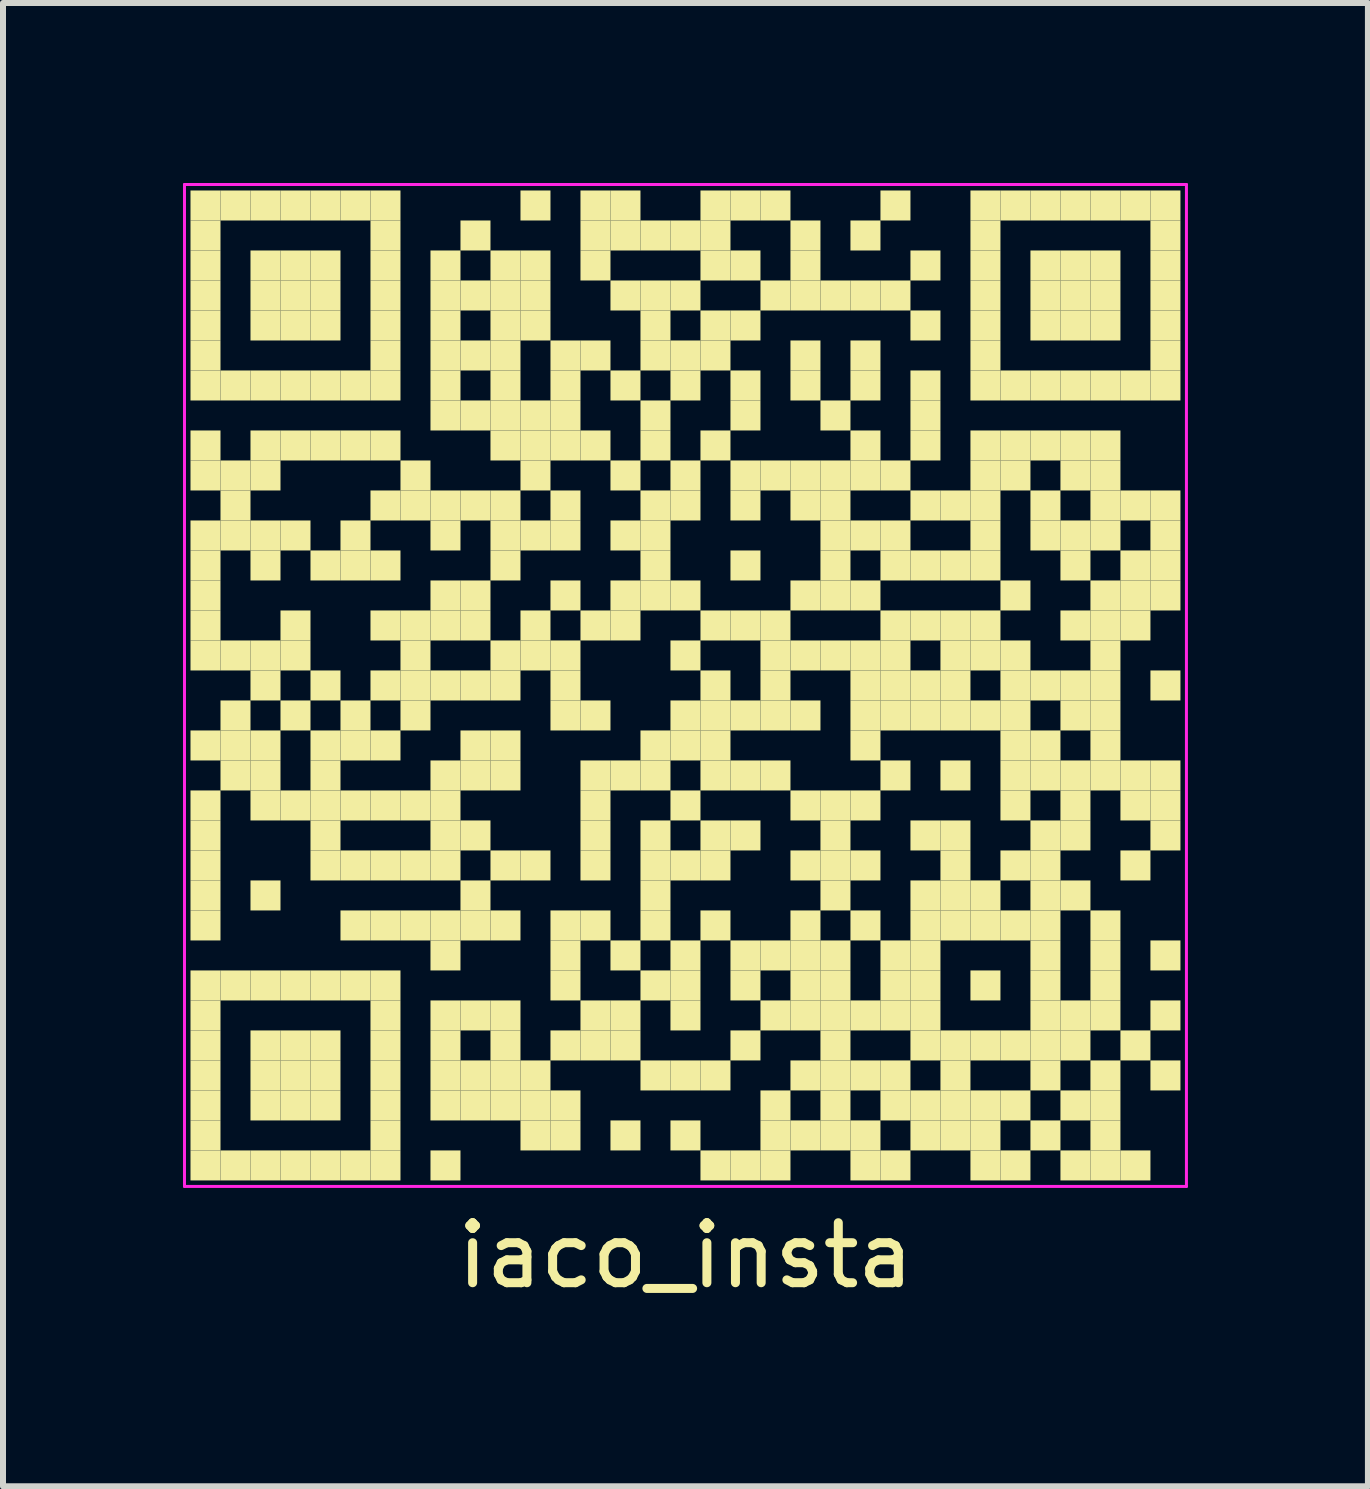
<source format=kicad_pcb>
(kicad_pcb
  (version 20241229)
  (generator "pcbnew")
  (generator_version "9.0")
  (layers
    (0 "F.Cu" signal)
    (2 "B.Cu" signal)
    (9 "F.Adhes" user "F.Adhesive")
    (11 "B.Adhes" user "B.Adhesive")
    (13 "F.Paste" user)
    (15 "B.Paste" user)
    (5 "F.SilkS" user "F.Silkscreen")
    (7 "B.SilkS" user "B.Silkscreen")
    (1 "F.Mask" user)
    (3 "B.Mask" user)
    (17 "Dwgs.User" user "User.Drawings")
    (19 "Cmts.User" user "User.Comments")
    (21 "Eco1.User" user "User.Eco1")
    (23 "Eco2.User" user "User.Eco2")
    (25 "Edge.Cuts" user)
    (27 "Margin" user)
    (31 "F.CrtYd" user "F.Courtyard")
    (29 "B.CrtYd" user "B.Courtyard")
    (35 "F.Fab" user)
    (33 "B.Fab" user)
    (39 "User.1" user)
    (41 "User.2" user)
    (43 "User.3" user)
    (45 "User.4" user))
  (footprint "iaco_insta"
    (layer "F.Cu")
    (at 8.375 8.375)
    (property "Reference" "iaco_insta" (at 0 9.5 0) (layer "F.SilkS") (effects (font (size 1 1) (thickness 0.15))))
    (attr through_hole)
    (fp_poly (pts (xy -7.75 -7.75) (xy -7.75 -8.25) (xy -8.25 -8.25) (xy -8.25 -7.75)) (stroke (width 0) (type solid)) (fill yes) (layer "F.SilkS"))
    (fp_poly (pts (xy -7.75 -7.25) (xy -7.75 -7.75) (xy -8.25 -7.75) (xy -8.25 -7.25)) (stroke (width 0) (type solid)) (fill yes) (layer "F.SilkS"))
    (fp_poly (pts (xy -7.75 -6.75) (xy -7.75 -7.25) (xy -8.25 -7.25) (xy -8.25 -6.75)) (stroke (width 0) (type solid)) (fill yes) (layer "F.SilkS"))
    (fp_poly (pts (xy -7.75 -6.25) (xy -7.75 -6.75) (xy -8.25 -6.75) (xy -8.25 -6.25)) (stroke (width 0) (type solid)) (fill yes) (layer "F.SilkS"))
    (fp_poly (pts (xy -7.75 -5.75) (xy -7.75 -6.25) (xy -8.25 -6.25) (xy -8.25 -5.75)) (stroke (width 0) (type solid)) (fill yes) (layer "F.SilkS"))
    (fp_poly (pts (xy -7.75 -5.25) (xy -7.75 -5.75) (xy -8.25 -5.75) (xy -8.25 -5.25)) (stroke (width 0) (type solid)) (fill yes) (layer "F.SilkS"))
    (fp_poly (pts (xy -7.75 -4.75) (xy -7.75 -5.25) (xy -8.25 -5.25) (xy -8.25 -4.75)) (stroke (width 0) (type solid)) (fill yes) (layer "F.SilkS"))
    (fp_poly (pts (xy -7.75 -3.75) (xy -7.75 -4.25) (xy -8.25 -4.25) (xy -8.25 -3.75)) (stroke (width 0) (type solid)) (fill yes) (layer "F.SilkS"))
    (fp_poly (pts (xy -7.75 -3.25) (xy -7.75 -3.75) (xy -8.25 -3.75) (xy -8.25 -3.25)) (stroke (width 0) (type solid)) (fill yes) (layer "F.SilkS"))
    (fp_poly (pts (xy -7.75 -2.25) (xy -7.75 -2.75) (xy -8.25 -2.75) (xy -8.25 -2.25)) (stroke (width 0) (type solid)) (fill yes) (layer "F.SilkS"))
    (fp_poly (pts (xy -7.75 -1.75) (xy -7.75 -2.25) (xy -8.25 -2.25) (xy -8.25 -1.75)) (stroke (width 0) (type solid)) (fill yes) (layer "F.SilkS"))
    (fp_poly (pts (xy -7.75 -1.25) (xy -7.75 -1.75) (xy -8.25 -1.75) (xy -8.25 -1.25)) (stroke (width 0) (type solid)) (fill yes) (layer "F.SilkS"))
    (fp_poly (pts (xy -7.75 -0.75) (xy -7.75 -1.25) (xy -8.25 -1.25) (xy -8.25 -0.75)) (stroke (width 0) (type solid)) (fill yes) (layer "F.SilkS"))
    (fp_poly (pts (xy -7.75 -0.25) (xy -7.75 -0.75) (xy -8.25 -0.75) (xy -8.25 -0.25)) (stroke (width 0) (type solid)) (fill yes) (layer "F.SilkS"))
    (fp_poly (pts (xy -7.75 1.25) (xy -7.75 0.75) (xy -8.25 0.75) (xy -8.25 1.25)) (stroke (width 0) (type solid)) (fill yes) (layer "F.SilkS"))
    (fp_poly (pts (xy -7.75 2.25) (xy -7.75 1.75) (xy -8.25 1.75) (xy -8.25 2.25)) (stroke (width 0) (type solid)) (fill yes) (layer "F.SilkS"))
    (fp_poly (pts (xy -7.75 2.75) (xy -7.75 2.25) (xy -8.25 2.25) (xy -8.25 2.75)) (stroke (width 0) (type solid)) (fill yes) (layer "F.SilkS"))
    (fp_poly (pts (xy -7.75 3.25) (xy -7.75 2.75) (xy -8.25 2.75) (xy -8.25 3.25)) (stroke (width 0) (type solid)) (fill yes) (layer "F.SilkS"))
    (fp_poly (pts (xy -7.75 3.75) (xy -7.75 3.25) (xy -8.25 3.25) (xy -8.25 3.75)) (stroke (width 0) (type solid)) (fill yes) (layer "F.SilkS"))
    (fp_poly (pts (xy -7.75 4.25) (xy -7.75 3.75) (xy -8.25 3.75) (xy -8.25 4.25)) (stroke (width 0) (type solid)) (fill yes) (layer "F.SilkS"))
    (fp_poly (pts (xy -7.75 5.25) (xy -7.75 4.75) (xy -8.25 4.75) (xy -8.25 5.25)) (stroke (width 0) (type solid)) (fill yes) (layer "F.SilkS"))
    (fp_poly (pts (xy -7.75 5.75) (xy -7.75 5.25) (xy -8.25 5.25) (xy -8.25 5.75)) (stroke (width 0) (type solid)) (fill yes) (layer "F.SilkS"))
    (fp_poly (pts (xy -7.75 6.25) (xy -7.75 5.75) (xy -8.25 5.75) (xy -8.25 6.25)) (stroke (width 0) (type solid)) (fill yes) (layer "F.SilkS"))
    (fp_poly (pts (xy -7.75 6.75) (xy -7.75 6.25) (xy -8.25 6.25) (xy -8.25 6.75)) (stroke (width 0) (type solid)) (fill yes) (layer "F.SilkS"))
    (fp_poly (pts (xy -7.75 7.25) (xy -7.75 6.75) (xy -8.25 6.75) (xy -8.25 7.25)) (stroke (width 0) (type solid)) (fill yes) (layer "F.SilkS"))
    (fp_poly (pts (xy -7.75 7.75) (xy -7.75 7.25) (xy -8.25 7.25) (xy -8.25 7.75)) (stroke (width 0) (type solid)) (fill yes) (layer "F.SilkS"))
    (fp_poly (pts (xy -7.75 8.25) (xy -7.75 7.75) (xy -8.25 7.75) (xy -8.25 8.25)) (stroke (width 0) (type solid)) (fill yes) (layer "F.SilkS"))
    (fp_poly (pts (xy -7.25 -7.75) (xy -7.25 -8.25) (xy -7.75 -8.25) (xy -7.75 -7.75)) (stroke (width 0) (type solid)) (fill yes) (layer "F.SilkS"))
    (fp_poly (pts (xy -7.25 -4.75) (xy -7.25 -5.25) (xy -7.75 -5.25) (xy -7.75 -4.75)) (stroke (width 0) (type solid)) (fill yes) (layer "F.SilkS"))
    (fp_poly (pts (xy -7.25 -3.25) (xy -7.25 -3.75) (xy -7.75 -3.75) (xy -7.75 -3.25)) (stroke (width 0) (type solid)) (fill yes) (layer "F.SilkS"))
    (fp_poly (pts (xy -7.25 -2.75) (xy -7.25 -3.25) (xy -7.75 -3.25) (xy -7.75 -2.75)) (stroke (width 0) (type solid)) (fill yes) (layer "F.SilkS"))
    (fp_poly (pts (xy -7.25 -2.25) (xy -7.25 -2.75) (xy -7.75 -2.75) (xy -7.75 -2.25)) (stroke (width 0) (type solid)) (fill yes) (layer "F.SilkS"))
    (fp_poly (pts (xy -7.25 -0.25) (xy -7.25 -0.75) (xy -7.75 -0.75) (xy -7.75 -0.25)) (stroke (width 0) (type solid)) (fill yes) (layer "F.SilkS"))
    (fp_poly (pts (xy -7.25 0.75) (xy -7.25 0.25) (xy -7.75 0.25) (xy -7.75 0.75)) (stroke (width 0) (type solid)) (fill yes) (layer "F.SilkS"))
    (fp_poly (pts (xy -7.25 1.25) (xy -7.25 0.75) (xy -7.75 0.75) (xy -7.75 1.25)) (stroke (width 0) (type solid)) (fill yes) (layer "F.SilkS"))
    (fp_poly (pts (xy -7.25 1.75) (xy -7.25 1.25) (xy -7.75 1.25) (xy -7.75 1.75)) (stroke (width 0) (type solid)) (fill yes) (layer "F.SilkS"))
    (fp_poly (pts (xy -7.25 5.25) (xy -7.25 4.75) (xy -7.75 4.75) (xy -7.75 5.25)) (stroke (width 0) (type solid)) (fill yes) (layer "F.SilkS"))
    (fp_poly (pts (xy -7.25 8.25) (xy -7.25 7.75) (xy -7.75 7.75) (xy -7.75 8.25)) (stroke (width 0) (type solid)) (fill yes) (layer "F.SilkS"))
    (fp_poly (pts (xy -6.75 -7.75) (xy -6.75 -8.25) (xy -7.25 -8.25) (xy -7.25 -7.75)) (stroke (width 0) (type solid)) (fill yes) (layer "F.SilkS"))
    (fp_poly (pts (xy -6.75 -6.75) (xy -6.75 -7.25) (xy -7.25 -7.25) (xy -7.25 -6.75)) (stroke (width 0) (type solid)) (fill yes) (layer "F.SilkS"))
    (fp_poly (pts (xy -6.75 -6.25) (xy -6.75 -6.75) (xy -7.25 -6.75) (xy -7.25 -6.25)) (stroke (width 0) (type solid)) (fill yes) (layer "F.SilkS"))
    (fp_poly (pts (xy -6.75 -5.75) (xy -6.75 -6.25) (xy -7.25 -6.25) (xy -7.25 -5.75)) (stroke (width 0) (type solid)) (fill yes) (layer "F.SilkS"))
    (fp_poly (pts (xy -6.75 -4.75) (xy -6.75 -5.25) (xy -7.25 -5.25) (xy -7.25 -4.75)) (stroke (width 0) (type solid)) (fill yes) (layer "F.SilkS"))
    (fp_poly (pts (xy -6.75 -3.75) (xy -6.75 -4.25) (xy -7.25 -4.25) (xy -7.25 -3.75)) (stroke (width 0) (type solid)) (fill yes) (layer "F.SilkS"))
    (fp_poly (pts (xy -6.75 -3.25) (xy -6.75 -3.75) (xy -7.25 -3.75) (xy -7.25 -3.25)) (stroke (width 0) (type solid)) (fill yes) (layer "F.SilkS"))
    (fp_poly (pts (xy -6.75 -2.25) (xy -6.75 -2.75) (xy -7.25 -2.75) (xy -7.25 -2.25)) (stroke (width 0) (type solid)) (fill yes) (layer "F.SilkS"))
    (fp_poly (pts (xy -6.75 -1.75) (xy -6.75 -2.25) (xy -7.25 -2.25) (xy -7.25 -1.75)) (stroke (width 0) (type solid)) (fill yes) (layer "F.SilkS"))
    (fp_poly (pts (xy -6.75 -0.25) (xy -6.75 -0.75) (xy -7.25 -0.75) (xy -7.25 -0.25)) (stroke (width 0) (type solid)) (fill yes) (layer "F.SilkS"))
    (fp_poly (pts (xy -6.75 0.25) (xy -6.75 -0.25) (xy -7.25 -0.25) (xy -7.25 0.25)) (stroke (width 0) (type solid)) (fill yes) (layer "F.SilkS"))
    (fp_poly (pts (xy -6.75 1.25) (xy -6.75 0.75) (xy -7.25 0.75) (xy -7.25 1.25)) (stroke (width 0) (type solid)) (fill yes) (layer "F.SilkS"))
    (fp_poly (pts (xy -6.75 1.75) (xy -6.75 1.25) (xy -7.25 1.25) (xy -7.25 1.75)) (stroke (width 0) (type solid)) (fill yes) (layer "F.SilkS"))
    (fp_poly (pts (xy -6.75 2.25) (xy -6.75 1.75) (xy -7.25 1.75) (xy -7.25 2.25)) (stroke (width 0) (type solid)) (fill yes) (layer "F.SilkS"))
    (fp_poly (pts (xy -6.75 3.75) (xy -6.75 3.25) (xy -7.25 3.25) (xy -7.25 3.75)) (stroke (width 0) (type solid)) (fill yes) (layer "F.SilkS"))
    (fp_poly (pts (xy -6.75 5.25) (xy -6.75 4.75) (xy -7.25 4.75) (xy -7.25 5.25)) (stroke (width 0) (type solid)) (fill yes) (layer "F.SilkS"))
    (fp_poly (pts (xy -6.75 6.25) (xy -6.75 5.75) (xy -7.25 5.75) (xy -7.25 6.25)) (stroke (width 0) (type solid)) (fill yes) (layer "F.SilkS"))
    (fp_poly (pts (xy -6.75 6.75) (xy -6.75 6.25) (xy -7.25 6.25) (xy -7.25 6.75)) (stroke (width 0) (type solid)) (fill yes) (layer "F.SilkS"))
    (fp_poly (pts (xy -6.75 7.25) (xy -6.75 6.75) (xy -7.25 6.75) (xy -7.25 7.25)) (stroke (width 0) (type solid)) (fill yes) (layer "F.SilkS"))
    (fp_poly (pts (xy -6.75 8.25) (xy -6.75 7.75) (xy -7.25 7.75) (xy -7.25 8.25)) (stroke (width 0) (type solid)) (fill yes) (layer "F.SilkS"))
    (fp_poly (pts (xy -6.25 -7.75) (xy -6.25 -8.25) (xy -6.75 -8.25) (xy -6.75 -7.75)) (stroke (width 0) (type solid)) (fill yes) (layer "F.SilkS"))
    (fp_poly (pts (xy -6.25 -6.75) (xy -6.25 -7.25) (xy -6.75 -7.25) (xy -6.75 -6.75)) (stroke (width 0) (type solid)) (fill yes) (layer "F.SilkS"))
    (fp_poly (pts (xy -6.25 -6.25) (xy -6.25 -6.75) (xy -6.75 -6.75) (xy -6.75 -6.25)) (stroke (width 0) (type solid)) (fill yes) (layer "F.SilkS"))
    (fp_poly (pts (xy -6.25 -5.75) (xy -6.25 -6.25) (xy -6.75 -6.25) (xy -6.75 -5.75)) (stroke (width 0) (type solid)) (fill yes) (layer "F.SilkS"))
    (fp_poly (pts (xy -6.25 -4.75) (xy -6.25 -5.25) (xy -6.75 -5.25) (xy -6.75 -4.75)) (stroke (width 0) (type solid)) (fill yes) (layer "F.SilkS"))
    (fp_poly (pts (xy -6.25 -3.75) (xy -6.25 -4.25) (xy -6.75 -4.25) (xy -6.75 -3.75)) (stroke (width 0) (type solid)) (fill yes) (layer "F.SilkS"))
    (fp_poly (pts (xy -6.25 -2.25) (xy -6.25 -2.75) (xy -6.75 -2.75) (xy -6.75 -2.25)) (stroke (width 0) (type solid)) (fill yes) (layer "F.SilkS"))
    (fp_poly (pts (xy -6.25 -0.75) (xy -6.25 -1.25) (xy -6.75 -1.25) (xy -6.75 -0.75)) (stroke (width 0) (type solid)) (fill yes) (layer "F.SilkS"))
    (fp_poly (pts (xy -6.25 -0.25) (xy -6.25 -0.75) (xy -6.75 -0.75) (xy -6.75 -0.25)) (stroke (width 0) (type solid)) (fill yes) (layer "F.SilkS"))
    (fp_poly (pts (xy -6.25 0.75) (xy -6.25 0.25) (xy -6.75 0.25) (xy -6.75 0.75)) (stroke (width 0) (type solid)) (fill yes) (layer "F.SilkS"))
    (fp_poly (pts (xy -6.25 2.25) (xy -6.25 1.75) (xy -6.75 1.75) (xy -6.75 2.25)) (stroke (width 0) (type solid)) (fill yes) (layer "F.SilkS"))
    (fp_poly (pts (xy -6.25 5.25) (xy -6.25 4.75) (xy -6.75 4.75) (xy -6.75 5.25)) (stroke (width 0) (type solid)) (fill yes) (layer "F.SilkS"))
    (fp_poly (pts (xy -6.25 6.25) (xy -6.25 5.75) (xy -6.75 5.75) (xy -6.75 6.25)) (stroke (width 0) (type solid)) (fill yes) (layer "F.SilkS"))
    (fp_poly (pts (xy -6.25 6.75) (xy -6.25 6.25) (xy -6.75 6.25) (xy -6.75 6.75)) (stroke (width 0) (type solid)) (fill yes) (layer "F.SilkS"))
    (fp_poly (pts (xy -6.25 7.25) (xy -6.25 6.75) (xy -6.75 6.75) (xy -6.75 7.25)) (stroke (width 0) (type solid)) (fill yes) (layer "F.SilkS"))
    (fp_poly (pts (xy -6.25 8.25) (xy -6.25 7.75) (xy -6.75 7.75) (xy -6.75 8.25)) (stroke (width 0) (type solid)) (fill yes) (layer "F.SilkS"))
    (fp_poly (pts (xy -5.75 -7.75) (xy -5.75 -8.25) (xy -6.25 -8.25) (xy -6.25 -7.75)) (stroke (width 0) (type solid)) (fill yes) (layer "F.SilkS"))
    (fp_poly (pts (xy -5.75 -6.75) (xy -5.75 -7.25) (xy -6.25 -7.25) (xy -6.25 -6.75)) (stroke (width 0) (type solid)) (fill yes) (layer "F.SilkS"))
    (fp_poly (pts (xy -5.75 -6.25) (xy -5.75 -6.75) (xy -6.25 -6.75) (xy -6.25 -6.25)) (stroke (width 0) (type solid)) (fill yes) (layer "F.SilkS"))
    (fp_poly (pts (xy -5.75 -5.75) (xy -5.75 -6.25) (xy -6.25 -6.25) (xy -6.25 -5.75)) (stroke (width 0) (type solid)) (fill yes) (layer "F.SilkS"))
    (fp_poly (pts (xy -5.75 -4.75) (xy -5.75 -5.25) (xy -6.25 -5.25) (xy -6.25 -4.75)) (stroke (width 0) (type solid)) (fill yes) (layer "F.SilkS"))
    (fp_poly (pts (xy -5.75 -3.75) (xy -5.75 -4.25) (xy -6.25 -4.25) (xy -6.25 -3.75)) (stroke (width 0) (type solid)) (fill yes) (layer "F.SilkS"))
    (fp_poly (pts (xy -5.75 -1.75) (xy -5.75 -2.25) (xy -6.25 -2.25) (xy -6.25 -1.75)) (stroke (width 0) (type solid)) (fill yes) (layer "F.SilkS"))
    (fp_poly (pts (xy -5.75 0.25) (xy -5.75 -0.25) (xy -6.25 -0.25) (xy -6.25 0.25)) (stroke (width 0) (type solid)) (fill yes) (layer "F.SilkS"))
    (fp_poly (pts (xy -5.75 1.25) (xy -5.75 0.75) (xy -6.25 0.75) (xy -6.25 1.25)) (stroke (width 0) (type solid)) (fill yes) (layer "F.SilkS"))
    (fp_poly (pts (xy -5.75 1.75) (xy -5.75 1.25) (xy -6.25 1.25) (xy -6.25 1.75)) (stroke (width 0) (type solid)) (fill yes) (layer "F.SilkS"))
    (fp_poly (pts (xy -5.75 2.25) (xy -5.75 1.75) (xy -6.25 1.75) (xy -6.25 2.25)) (stroke (width 0) (type solid)) (fill yes) (layer "F.SilkS"))
    (fp_poly (pts (xy -5.75 2.75) (xy -5.75 2.25) (xy -6.25 2.25) (xy -6.25 2.75)) (stroke (width 0) (type solid)) (fill yes) (layer "F.SilkS"))
    (fp_poly (pts (xy -5.75 3.25) (xy -5.75 2.75) (xy -6.25 2.75) (xy -6.25 3.25)) (stroke (width 0) (type solid)) (fill yes) (layer "F.SilkS"))
    (fp_poly (pts (xy -5.75 5.25) (xy -5.75 4.75) (xy -6.25 4.75) (xy -6.25 5.25)) (stroke (width 0) (type solid)) (fill yes) (layer "F.SilkS"))
    (fp_poly (pts (xy -5.75 6.25) (xy -5.75 5.75) (xy -6.25 5.75) (xy -6.25 6.25)) (stroke (width 0) (type solid)) (fill yes) (layer "F.SilkS"))
    (fp_poly (pts (xy -5.75 6.75) (xy -5.75 6.25) (xy -6.25 6.25) (xy -6.25 6.75)) (stroke (width 0) (type solid)) (fill yes) (layer "F.SilkS"))
    (fp_poly (pts (xy -5.75 7.25) (xy -5.75 6.75) (xy -6.25 6.75) (xy -6.25 7.25)) (stroke (width 0) (type solid)) (fill yes) (layer "F.SilkS"))
    (fp_poly (pts (xy -5.75 8.25) (xy -5.75 7.75) (xy -6.25 7.75) (xy -6.25 8.25)) (stroke (width 0) (type solid)) (fill yes) (layer "F.SilkS"))
    (fp_poly (pts (xy -5.25 -7.75) (xy -5.25 -8.25) (xy -5.75 -8.25) (xy -5.75 -7.75)) (stroke (width 0) (type solid)) (fill yes) (layer "F.SilkS"))
    (fp_poly (pts (xy -5.25 -4.75) (xy -5.25 -5.25) (xy -5.75 -5.25) (xy -5.75 -4.75)) (stroke (width 0) (type solid)) (fill yes) (layer "F.SilkS"))
    (fp_poly (pts (xy -5.25 -3.75) (xy -5.25 -4.25) (xy -5.75 -4.25) (xy -5.75 -3.75)) (stroke (width 0) (type solid)) (fill yes) (layer "F.SilkS"))
    (fp_poly (pts (xy -5.25 -2.25) (xy -5.25 -2.75) (xy -5.75 -2.75) (xy -5.75 -2.25)) (stroke (width 0) (type solid)) (fill yes) (layer "F.SilkS"))
    (fp_poly (pts (xy -5.25 -1.75) (xy -5.25 -2.25) (xy -5.75 -2.25) (xy -5.75 -1.75)) (stroke (width 0) (type solid)) (fill yes) (layer "F.SilkS"))
    (fp_poly (pts (xy -5.25 0.75) (xy -5.25 0.25) (xy -5.75 0.25) (xy -5.75 0.75)) (stroke (width 0) (type solid)) (fill yes) (layer "F.SilkS"))
    (fp_poly (pts (xy -5.25 1.25) (xy -5.25 0.75) (xy -5.75 0.75) (xy -5.75 1.25)) (stroke (width 0) (type solid)) (fill yes) (layer "F.SilkS"))
    (fp_poly (pts (xy -5.25 2.25) (xy -5.25 1.75) (xy -5.75 1.75) (xy -5.75 2.25)) (stroke (width 0) (type solid)) (fill yes) (layer "F.SilkS"))
    (fp_poly (pts (xy -5.25 3.25) (xy -5.25 2.75) (xy -5.75 2.75) (xy -5.75 3.25)) (stroke (width 0) (type solid)) (fill yes) (layer "F.SilkS"))
    (fp_poly (pts (xy -5.25 4.25) (xy -5.25 3.75) (xy -5.75 3.75) (xy -5.75 4.25)) (stroke (width 0) (type solid)) (fill yes) (layer "F.SilkS"))
    (fp_poly (pts (xy -5.25 5.25) (xy -5.25 4.75) (xy -5.75 4.75) (xy -5.75 5.25)) (stroke (width 0) (type solid)) (fill yes) (layer "F.SilkS"))
    (fp_poly (pts (xy -5.25 8.25) (xy -5.25 7.75) (xy -5.75 7.75) (xy -5.75 8.25)) (stroke (width 0) (type solid)) (fill yes) (layer "F.SilkS"))
    (fp_poly (pts (xy -4.75 -7.75) (xy -4.75 -8.25) (xy -5.25 -8.25) (xy -5.25 -7.75)) (stroke (width 0) (type solid)) (fill yes) (layer "F.SilkS"))
    (fp_poly (pts (xy -4.75 -7.25) (xy -4.75 -7.75) (xy -5.25 -7.75) (xy -5.25 -7.25)) (stroke (width 0) (type solid)) (fill yes) (layer "F.SilkS"))
    (fp_poly (pts (xy -4.75 -6.75) (xy -4.75 -7.25) (xy -5.25 -7.25) (xy -5.25 -6.75)) (stroke (width 0) (type solid)) (fill yes) (layer "F.SilkS"))
    (fp_poly (pts (xy -4.75 -6.25) (xy -4.75 -6.75) (xy -5.25 -6.75) (xy -5.25 -6.25)) (stroke (width 0) (type solid)) (fill yes) (layer "F.SilkS"))
    (fp_poly (pts (xy -4.75 -5.75) (xy -4.75 -6.25) (xy -5.25 -6.25) (xy -5.25 -5.75)) (stroke (width 0) (type solid)) (fill yes) (layer "F.SilkS"))
    (fp_poly (pts (xy -4.75 -5.25) (xy -4.75 -5.75) (xy -5.25 -5.75) (xy -5.25 -5.25)) (stroke (width 0) (type solid)) (fill yes) (layer "F.SilkS"))
    (fp_poly (pts (xy -4.75 -4.75) (xy -4.75 -5.25) (xy -5.25 -5.25) (xy -5.25 -4.75)) (stroke (width 0) (type solid)) (fill yes) (layer "F.SilkS"))
    (fp_poly (pts (xy -4.75 -3.75) (xy -4.75 -4.25) (xy -5.25 -4.25) (xy -5.25 -3.75)) (stroke (width 0) (type solid)) (fill yes) (layer "F.SilkS"))
    (fp_poly (pts (xy -4.75 -2.75) (xy -4.75 -3.25) (xy -5.25 -3.25) (xy -5.25 -2.75)) (stroke (width 0) (type solid)) (fill yes) (layer "F.SilkS"))
    (fp_poly (pts (xy -4.75 -1.75) (xy -4.75 -2.25) (xy -5.25 -2.25) (xy -5.25 -1.75)) (stroke (width 0) (type solid)) (fill yes) (layer "F.SilkS"))
    (fp_poly (pts (xy -4.75 -0.75) (xy -4.75 -1.25) (xy -5.25 -1.25) (xy -5.25 -0.75)) (stroke (width 0) (type solid)) (fill yes) (layer "F.SilkS"))
    (fp_poly (pts (xy -4.75 0.25) (xy -4.75 -0.25) (xy -5.25 -0.25) (xy -5.25 0.25)) (stroke (width 0) (type solid)) (fill yes) (layer "F.SilkS"))
    (fp_poly (pts (xy -4.75 1.25) (xy -4.75 0.75) (xy -5.25 0.75) (xy -5.25 1.25)) (stroke (width 0) (type solid)) (fill yes) (layer "F.SilkS"))
    (fp_poly (pts (xy -4.75 2.25) (xy -4.75 1.75) (xy -5.25 1.75) (xy -5.25 2.25)) (stroke (width 0) (type solid)) (fill yes) (layer "F.SilkS"))
    (fp_poly (pts (xy -4.75 3.25) (xy -4.75 2.75) (xy -5.25 2.75) (xy -5.25 3.25)) (stroke (width 0) (type solid)) (fill yes) (layer "F.SilkS"))
    (fp_poly (pts (xy -4.75 4.25) (xy -4.75 3.75) (xy -5.25 3.75) (xy -5.25 4.25)) (stroke (width 0) (type solid)) (fill yes) (layer "F.SilkS"))
    (fp_poly (pts (xy -4.75 5.25) (xy -4.75 4.75) (xy -5.25 4.75) (xy -5.25 5.25)) (stroke (width 0) (type solid)) (fill yes) (layer "F.SilkS"))
    (fp_poly (pts (xy -4.75 5.75) (xy -4.75 5.25) (xy -5.25 5.25) (xy -5.25 5.75)) (stroke (width 0) (type solid)) (fill yes) (layer "F.SilkS"))
    (fp_poly (pts (xy -4.75 6.25) (xy -4.75 5.75) (xy -5.25 5.75) (xy -5.25 6.25)) (stroke (width 0) (type solid)) (fill yes) (layer "F.SilkS"))
    (fp_poly (pts (xy -4.75 6.75) (xy -4.75 6.25) (xy -5.25 6.25) (xy -5.25 6.75)) (stroke (width 0) (type solid)) (fill yes) (layer "F.SilkS"))
    (fp_poly (pts (xy -4.75 7.25) (xy -4.75 6.75) (xy -5.25 6.75) (xy -5.25 7.25)) (stroke (width 0) (type solid)) (fill yes) (layer "F.SilkS"))
    (fp_poly (pts (xy -4.75 7.75) (xy -4.75 7.25) (xy -5.25 7.25) (xy -5.25 7.75)) (stroke (width 0) (type solid)) (fill yes) (layer "F.SilkS"))
    (fp_poly (pts (xy -4.75 8.25) (xy -4.75 7.75) (xy -5.25 7.75) (xy -5.25 8.25)) (stroke (width 0) (type solid)) (fill yes) (layer "F.SilkS"))
    (fp_poly (pts (xy -4.25 -3.25) (xy -4.25 -3.75) (xy -4.75 -3.75) (xy -4.75 -3.25)) (stroke (width 0) (type solid)) (fill yes) (layer "F.SilkS"))
    (fp_poly (pts (xy -4.25 -2.75) (xy -4.25 -3.25) (xy -4.75 -3.25) (xy -4.75 -2.75)) (stroke (width 0) (type solid)) (fill yes) (layer "F.SilkS"))
    (fp_poly (pts (xy -4.25 -0.75) (xy -4.25 -1.25) (xy -4.75 -1.25) (xy -4.75 -0.75)) (stroke (width 0) (type solid)) (fill yes) (layer "F.SilkS"))
    (fp_poly (pts (xy -4.25 -0.25) (xy -4.25 -0.75) (xy -4.75 -0.75) (xy -4.75 -0.25)) (stroke (width 0) (type solid)) (fill yes) (layer "F.SilkS"))
    (fp_poly (pts (xy -4.25 0.25) (xy -4.25 -0.25) (xy -4.75 -0.25) (xy -4.75 0.25)) (stroke (width 0) (type solid)) (fill yes) (layer "F.SilkS"))
    (fp_poly (pts (xy -4.25 0.75) (xy -4.25 0.25) (xy -4.75 0.25) (xy -4.75 0.75)) (stroke (width 0) (type solid)) (fill yes) (layer "F.SilkS"))
    (fp_poly (pts (xy -4.25 2.25) (xy -4.25 1.75) (xy -4.75 1.75) (xy -4.75 2.25)) (stroke (width 0) (type solid)) (fill yes) (layer "F.SilkS"))
    (fp_poly (pts (xy -4.25 3.25) (xy -4.25 2.75) (xy -4.75 2.75) (xy -4.75 3.25)) (stroke (width 0) (type solid)) (fill yes) (layer "F.SilkS"))
    (fp_poly (pts (xy -4.25 4.25) (xy -4.25 3.75) (xy -4.75 3.75) (xy -4.75 4.25)) (stroke (width 0) (type solid)) (fill yes) (layer "F.SilkS"))
    (fp_poly (pts (xy -3.75 -6.75) (xy -3.75 -7.25) (xy -4.25 -7.25) (xy -4.25 -6.75)) (stroke (width 0) (type solid)) (fill yes) (layer "F.SilkS"))
    (fp_poly (pts (xy -3.75 -6.25) (xy -3.75 -6.75) (xy -4.25 -6.75) (xy -4.25 -6.25)) (stroke (width 0) (type solid)) (fill yes) (layer "F.SilkS"))
    (fp_poly (pts (xy -3.75 -5.75) (xy -3.75 -6.25) (xy -4.25 -6.25) (xy -4.25 -5.75)) (stroke (width 0) (type solid)) (fill yes) (layer "F.SilkS"))
    (fp_poly (pts (xy -3.75 -5.25) (xy -3.75 -5.75) (xy -4.25 -5.75) (xy -4.25 -5.25)) (stroke (width 0) (type solid)) (fill yes) (layer "F.SilkS"))
    (fp_poly (pts (xy -3.75 -4.75) (xy -3.75 -5.25) (xy -4.25 -5.25) (xy -4.25 -4.75)) (stroke (width 0) (type solid)) (fill yes) (layer "F.SilkS"))
    (fp_poly (pts (xy -3.75 -4.25) (xy -3.75 -4.75) (xy -4.25 -4.75) (xy -4.25 -4.25)) (stroke (width 0) (type solid)) (fill yes) (layer "F.SilkS"))
    (fp_poly (pts (xy -3.75 -2.75) (xy -3.75 -3.25) (xy -4.25 -3.25) (xy -4.25 -2.75)) (stroke (width 0) (type solid)) (fill yes) (layer "F.SilkS"))
    (fp_poly (pts (xy -3.75 -2.25) (xy -3.75 -2.75) (xy -4.25 -2.75) (xy -4.25 -2.25)) (stroke (width 0) (type solid)) (fill yes) (layer "F.SilkS"))
    (fp_poly (pts (xy -3.75 -1.25) (xy -3.75 -1.75) (xy -4.25 -1.75) (xy -4.25 -1.25)) (stroke (width 0) (type solid)) (fill yes) (layer "F.SilkS"))
    (fp_poly (pts (xy -3.75 -0.75) (xy -3.75 -1.25) (xy -4.25 -1.25) (xy -4.25 -0.75)) (stroke (width 0) (type solid)) (fill yes) (layer "F.SilkS"))
    (fp_poly (pts (xy -3.75 0.25) (xy -3.75 -0.25) (xy -4.25 -0.25) (xy -4.25 0.25)) (stroke (width 0) (type solid)) (fill yes) (layer "F.SilkS"))
    (fp_poly (pts (xy -3.75 1.75) (xy -3.75 1.25) (xy -4.25 1.25) (xy -4.25 1.75)) (stroke (width 0) (type solid)) (fill yes) (layer "F.SilkS"))
    (fp_poly (pts (xy -3.75 2.25) (xy -3.75 1.75) (xy -4.25 1.75) (xy -4.25 2.25)) (stroke (width 0) (type solid)) (fill yes) (layer "F.SilkS"))
    (fp_poly (pts (xy -3.75 2.75) (xy -3.75 2.25) (xy -4.25 2.25) (xy -4.25 2.75)) (stroke (width 0) (type solid)) (fill yes) (layer "F.SilkS"))
    (fp_poly (pts (xy -3.75 3.25) (xy -3.75 2.75) (xy -4.25 2.75) (xy -4.25 3.25)) (stroke (width 0) (type solid)) (fill yes) (layer "F.SilkS"))
    (fp_poly (pts (xy -3.75 4.25) (xy -3.75 3.75) (xy -4.25 3.75) (xy -4.25 4.25)) (stroke (width 0) (type solid)) (fill yes) (layer "F.SilkS"))
    (fp_poly (pts (xy -3.75 4.75) (xy -3.75 4.25) (xy -4.25 4.25) (xy -4.25 4.75)) (stroke (width 0) (type solid)) (fill yes) (layer "F.SilkS"))
    (fp_poly (pts (xy -3.75 5.75) (xy -3.75 5.25) (xy -4.25 5.25) (xy -4.25 5.75)) (stroke (width 0) (type solid)) (fill yes) (layer "F.SilkS"))
    (fp_poly (pts (xy -3.75 6.25) (xy -3.75 5.75) (xy -4.25 5.75) (xy -4.25 6.25)) (stroke (width 0) (type solid)) (fill yes) (layer "F.SilkS"))
    (fp_poly (pts (xy -3.75 6.75) (xy -3.75 6.25) (xy -4.25 6.25) (xy -4.25 6.75)) (stroke (width 0) (type solid)) (fill yes) (layer "F.SilkS"))
    (fp_poly (pts (xy -3.75 7.25) (xy -3.75 6.75) (xy -4.25 6.75) (xy -4.25 7.25)) (stroke (width 0) (type solid)) (fill yes) (layer "F.SilkS"))
    (fp_poly (pts (xy -3.75 8.25) (xy -3.75 7.75) (xy -4.25 7.75) (xy -4.25 8.25)) (stroke (width 0) (type solid)) (fill yes) (layer "F.SilkS"))
    (fp_poly (pts (xy -3.25 -7.25) (xy -3.25 -7.75) (xy -3.75 -7.75) (xy -3.75 -7.25)) (stroke (width 0) (type solid)) (fill yes) (layer "F.SilkS"))
    (fp_poly (pts (xy -3.25 -6.25) (xy -3.25 -6.75) (xy -3.75 -6.75) (xy -3.75 -6.25)) (stroke (width 0) (type solid)) (fill yes) (layer "F.SilkS"))
    (fp_poly (pts (xy -3.25 -5.25) (xy -3.25 -5.75) (xy -3.75 -5.75) (xy -3.75 -5.25)) (stroke (width 0) (type solid)) (fill yes) (layer "F.SilkS"))
    (fp_poly (pts (xy -3.25 -4.25) (xy -3.25 -4.75) (xy -3.75 -4.75) (xy -3.75 -4.25)) (stroke (width 0) (type solid)) (fill yes) (layer "F.SilkS"))
    (fp_poly (pts (xy -3.25 -2.75) (xy -3.25 -3.25) (xy -3.75 -3.25) (xy -3.75 -2.75)) (stroke (width 0) (type solid)) (fill yes) (layer "F.SilkS"))
    (fp_poly (pts (xy -3.25 -1.25) (xy -3.25 -1.75) (xy -3.75 -1.75) (xy -3.75 -1.25)) (stroke (width 0) (type solid)) (fill yes) (layer "F.SilkS"))
    (fp_poly (pts (xy -3.25 -0.75) (xy -3.25 -1.25) (xy -3.75 -1.25) (xy -3.75 -0.75)) (stroke (width 0) (type solid)) (fill yes) (layer "F.SilkS"))
    (fp_poly (pts (xy -3.25 0.25) (xy -3.25 -0.25) (xy -3.75 -0.25) (xy -3.75 0.25)) (stroke (width 0) (type solid)) (fill yes) (layer "F.SilkS"))
    (fp_poly (pts (xy -3.25 1.25) (xy -3.25 0.75) (xy -3.75 0.75) (xy -3.75 1.25)) (stroke (width 0) (type solid)) (fill yes) (layer "F.SilkS"))
    (fp_poly (pts (xy -3.25 1.75) (xy -3.25 1.25) (xy -3.75 1.25) (xy -3.75 1.75)) (stroke (width 0) (type solid)) (fill yes) (layer "F.SilkS"))
    (fp_poly (pts (xy -3.25 2.75) (xy -3.25 2.25) (xy -3.75 2.25) (xy -3.75 2.75)) (stroke (width 0) (type solid)) (fill yes) (layer "F.SilkS"))
    (fp_poly (pts (xy -3.25 3.75) (xy -3.25 3.25) (xy -3.75 3.25) (xy -3.75 3.75)) (stroke (width 0) (type solid)) (fill yes) (layer "F.SilkS"))
    (fp_poly (pts (xy -3.25 4.25) (xy -3.25 3.75) (xy -3.75 3.75) (xy -3.75 4.25)) (stroke (width 0) (type solid)) (fill yes) (layer "F.SilkS"))
    (fp_poly (pts (xy -3.25 5.75) (xy -3.25 5.25) (xy -3.75 5.25) (xy -3.75 5.75)) (stroke (width 0) (type solid)) (fill yes) (layer "F.SilkS"))
    (fp_poly (pts (xy -3.25 6.75) (xy -3.25 6.25) (xy -3.75 6.25) (xy -3.75 6.75)) (stroke (width 0) (type solid)) (fill yes) (layer "F.SilkS"))
    (fp_poly (pts (xy -3.25 7.25) (xy -3.25 6.75) (xy -3.75 6.75) (xy -3.75 7.25)) (stroke (width 0) (type solid)) (fill yes) (layer "F.SilkS"))
    (fp_poly (pts (xy -2.75 -6.75) (xy -2.75 -7.25) (xy -3.25 -7.25) (xy -3.25 -6.75)) (stroke (width 0) (type solid)) (fill yes) (layer "F.SilkS"))
    (fp_poly (pts (xy -2.75 -6.25) (xy -2.75 -6.75) (xy -3.25 -6.75) (xy -3.25 -6.25)) (stroke (width 0) (type solid)) (fill yes) (layer "F.SilkS"))
    (fp_poly (pts (xy -2.75 -5.75) (xy -2.75 -6.25) (xy -3.25 -6.25) (xy -3.25 -5.75)) (stroke (width 0) (type solid)) (fill yes) (layer "F.SilkS"))
    (fp_poly (pts (xy -2.75 -5.25) (xy -2.75 -5.75) (xy -3.25 -5.75) (xy -3.25 -5.25)) (stroke (width 0) (type solid)) (fill yes) (layer "F.SilkS"))
    (fp_poly (pts (xy -2.75 -4.75) (xy -2.75 -5.25) (xy -3.25 -5.25) (xy -3.25 -4.75)) (stroke (width 0) (type solid)) (fill yes) (layer "F.SilkS"))
    (fp_poly (pts (xy -2.75 -4.25) (xy -2.75 -4.75) (xy -3.25 -4.75) (xy -3.25 -4.25)) (stroke (width 0) (type solid)) (fill yes) (layer "F.SilkS"))
    (fp_poly (pts (xy -2.75 -3.75) (xy -2.75 -4.25) (xy -3.25 -4.25) (xy -3.25 -3.75)) (stroke (width 0) (type solid)) (fill yes) (layer "F.SilkS"))
    (fp_poly (pts (xy -2.75 -2.75) (xy -2.75 -3.25) (xy -3.25 -3.25) (xy -3.25 -2.75)) (stroke (width 0) (type solid)) (fill yes) (layer "F.SilkS"))
    (fp_poly (pts (xy -2.75 -2.25) (xy -2.75 -2.75) (xy -3.25 -2.75) (xy -3.25 -2.25)) (stroke (width 0) (type solid)) (fill yes) (layer "F.SilkS"))
    (fp_poly (pts (xy -2.75 -1.75) (xy -2.75 -2.25) (xy -3.25 -2.25) (xy -3.25 -1.75)) (stroke (width 0) (type solid)) (fill yes) (layer "F.SilkS"))
    (fp_poly (pts (xy -2.75 -0.25) (xy -2.75 -0.75) (xy -3.25 -0.75) (xy -3.25 -0.25)) (stroke (width 0) (type solid)) (fill yes) (layer "F.SilkS"))
    (fp_poly (pts (xy -2.75 0.25) (xy -2.75 -0.25) (xy -3.25 -0.25) (xy -3.25 0.25)) (stroke (width 0) (type solid)) (fill yes) (layer "F.SilkS"))
    (fp_poly (pts (xy -2.75 1.25) (xy -2.75 0.75) (xy -3.25 0.75) (xy -3.25 1.25)) (stroke (width 0) (type solid)) (fill yes) (layer "F.SilkS"))
    (fp_poly (pts (xy -2.75 1.75) (xy -2.75 1.25) (xy -3.25 1.25) (xy -3.25 1.75)) (stroke (width 0) (type solid)) (fill yes) (layer "F.SilkS"))
    (fp_poly (pts (xy -2.75 3.25) (xy -2.75 2.75) (xy -3.25 2.75) (xy -3.25 3.25)) (stroke (width 0) (type solid)) (fill yes) (layer "F.SilkS"))
    (fp_poly (pts (xy -2.75 4.25) (xy -2.75 3.75) (xy -3.25 3.75) (xy -3.25 4.25)) (stroke (width 0) (type solid)) (fill yes) (layer "F.SilkS"))
    (fp_poly (pts (xy -2.75 5.75) (xy -2.75 5.25) (xy -3.25 5.25) (xy -3.25 5.75)) (stroke (width 0) (type solid)) (fill yes) (layer "F.SilkS"))
    (fp_poly (pts (xy -2.75 6.25) (xy -2.75 5.75) (xy -3.25 5.75) (xy -3.25 6.25)) (stroke (width 0) (type solid)) (fill yes) (layer "F.SilkS"))
    (fp_poly (pts (xy -2.75 6.75) (xy -2.75 6.25) (xy -3.25 6.25) (xy -3.25 6.75)) (stroke (width 0) (type solid)) (fill yes) (layer "F.SilkS"))
    (fp_poly (pts (xy -2.75 7.25) (xy -2.75 6.75) (xy -3.25 6.75) (xy -3.25 7.25)) (stroke (width 0) (type solid)) (fill yes) (layer "F.SilkS"))
    (fp_poly (pts (xy -2.25 -7.75) (xy -2.25 -8.25) (xy -2.75 -8.25) (xy -2.75 -7.75)) (stroke (width 0) (type solid)) (fill yes) (layer "F.SilkS"))
    (fp_poly (pts (xy -2.25 -6.75) (xy -2.25 -7.25) (xy -2.75 -7.25) (xy -2.75 -6.75)) (stroke (width 0) (type solid)) (fill yes) (layer "F.SilkS"))
    (fp_poly (pts (xy -2.25 -6.25) (xy -2.25 -6.75) (xy -2.75 -6.75) (xy -2.75 -6.25)) (stroke (width 0) (type solid)) (fill yes) (layer "F.SilkS"))
    (fp_poly (pts (xy -2.25 -5.75) (xy -2.25 -6.25) (xy -2.75 -6.25) (xy -2.75 -5.75)) (stroke (width 0) (type solid)) (fill yes) (layer "F.SilkS"))
    (fp_poly (pts (xy -2.25 -4.25) (xy -2.25 -4.75) (xy -2.75 -4.75) (xy -2.75 -4.25)) (stroke (width 0) (type solid)) (fill yes) (layer "F.SilkS"))
    (fp_poly (pts (xy -2.25 -3.75) (xy -2.25 -4.25) (xy -2.75 -4.25) (xy -2.75 -3.75)) (stroke (width 0) (type solid)) (fill yes) (layer "F.SilkS"))
    (fp_poly (pts (xy -2.25 -3.25) (xy -2.25 -3.75) (xy -2.75 -3.75) (xy -2.75 -3.25)) (stroke (width 0) (type solid)) (fill yes) (layer "F.SilkS"))
    (fp_poly (pts (xy -2.25 -2.25) (xy -2.25 -2.75) (xy -2.75 -2.75) (xy -2.75 -2.25)) (stroke (width 0) (type solid)) (fill yes) (layer "F.SilkS"))
    (fp_poly (pts (xy -2.25 -0.75) (xy -2.25 -1.25) (xy -2.75 -1.25) (xy -2.75 -0.75)) (stroke (width 0) (type solid)) (fill yes) (layer "F.SilkS"))
    (fp_poly (pts (xy -2.25 -0.25) (xy -2.25 -0.75) (xy -2.75 -0.75) (xy -2.75 -0.25)) (stroke (width 0) (type solid)) (fill yes) (layer "F.SilkS"))
    (fp_poly (pts (xy -2.25 3.25) (xy -2.25 2.75) (xy -2.75 2.75) (xy -2.75 3.25)) (stroke (width 0) (type solid)) (fill yes) (layer "F.SilkS"))
    (fp_poly (pts (xy -2.25 6.75) (xy -2.25 6.25) (xy -2.75 6.25) (xy -2.75 6.75)) (stroke (width 0) (type solid)) (fill yes) (layer "F.SilkS"))
    (fp_poly (pts (xy -2.25 7.25) (xy -2.25 6.75) (xy -2.75 6.75) (xy -2.75 7.25)) (stroke (width 0) (type solid)) (fill yes) (layer "F.SilkS"))
    (fp_poly (pts (xy -2.25 7.75) (xy -2.25 7.25) (xy -2.75 7.25) (xy -2.75 7.75)) (stroke (width 0) (type solid)) (fill yes) (layer "F.SilkS"))
    (fp_poly (pts (xy -1.75 -5.25) (xy -1.75 -5.75) (xy -2.25 -5.75) (xy -2.25 -5.25)) (stroke (width 0) (type solid)) (fill yes) (layer "F.SilkS"))
    (fp_poly (pts (xy -1.75 -4.75) (xy -1.75 -5.25) (xy -2.25 -5.25) (xy -2.25 -4.75)) (stroke (width 0) (type solid)) (fill yes) (layer "F.SilkS"))
    (fp_poly (pts (xy -1.75 -4.25) (xy -1.75 -4.75) (xy -2.25 -4.75) (xy -2.25 -4.25)) (stroke (width 0) (type solid)) (fill yes) (layer "F.SilkS"))
    (fp_poly (pts (xy -1.75 -3.75) (xy -1.75 -4.25) (xy -2.25 -4.25) (xy -2.25 -3.75)) (stroke (width 0) (type solid)) (fill yes) (layer "F.SilkS"))
    (fp_poly (pts (xy -1.75 -2.75) (xy -1.75 -3.25) (xy -2.25 -3.25) (xy -2.25 -2.75)) (stroke (width 0) (type solid)) (fill yes) (layer "F.SilkS"))
    (fp_poly (pts (xy -1.75 -2.25) (xy -1.75 -2.75) (xy -2.25 -2.75) (xy -2.25 -2.25)) (stroke (width 0) (type solid)) (fill yes) (layer "F.SilkS"))
    (fp_poly (pts (xy -1.75 -1.25) (xy -1.75 -1.75) (xy -2.25 -1.75) (xy -2.25 -1.25)) (stroke (width 0) (type solid)) (fill yes) (layer "F.SilkS"))
    (fp_poly (pts (xy -1.75 -0.25) (xy -1.75 -0.75) (xy -2.25 -0.75) (xy -2.25 -0.25)) (stroke (width 0) (type solid)) (fill yes) (layer "F.SilkS"))
    (fp_poly (pts (xy -1.75 0.25) (xy -1.75 -0.25) (xy -2.25 -0.25) (xy -2.25 0.25)) (stroke (width 0) (type solid)) (fill yes) (layer "F.SilkS"))
    (fp_poly (pts (xy -1.75 0.75) (xy -1.75 0.25) (xy -2.25 0.25) (xy -2.25 0.75)) (stroke (width 0) (type solid)) (fill yes) (layer "F.SilkS"))
    (fp_poly (pts (xy -1.75 4.25) (xy -1.75 3.75) (xy -2.25 3.75) (xy -2.25 4.25)) (stroke (width 0) (type solid)) (fill yes) (layer "F.SilkS"))
    (fp_poly (pts (xy -1.75 4.75) (xy -1.75 4.25) (xy -2.25 4.25) (xy -2.25 4.75)) (stroke (width 0) (type solid)) (fill yes) (layer "F.SilkS"))
    (fp_poly (pts (xy -1.75 5.25) (xy -1.75 4.75) (xy -2.25 4.75) (xy -2.25 5.25)) (stroke (width 0) (type solid)) (fill yes) (layer "F.SilkS"))
    (fp_poly (pts (xy -1.75 6.25) (xy -1.75 5.75) (xy -2.25 5.75) (xy -2.25 6.25)) (stroke (width 0) (type solid)) (fill yes) (layer "F.SilkS"))
    (fp_poly (pts (xy -1.75 7.25) (xy -1.75 6.75) (xy -2.25 6.75) (xy -2.25 7.25)) (stroke (width 0) (type solid)) (fill yes) (layer "F.SilkS"))
    (fp_poly (pts (xy -1.75 7.75) (xy -1.75 7.25) (xy -2.25 7.25) (xy -2.25 7.75)) (stroke (width 0) (type solid)) (fill yes) (layer "F.SilkS"))
    (fp_poly (pts (xy -1.25 -7.75) (xy -1.25 -8.25) (xy -1.75 -8.25) (xy -1.75 -7.75)) (stroke (width 0) (type solid)) (fill yes) (layer "F.SilkS"))
    (fp_poly (pts (xy -1.25 -7.25) (xy -1.25 -7.75) (xy -1.75 -7.75) (xy -1.75 -7.25)) (stroke (width 0) (type solid)) (fill yes) (layer "F.SilkS"))
    (fp_poly (pts (xy -1.25 -6.75) (xy -1.25 -7.25) (xy -1.75 -7.25) (xy -1.75 -6.75)) (stroke (width 0) (type solid)) (fill yes) (layer "F.SilkS"))
    (fp_poly (pts (xy -1.25 -5.25) (xy -1.25 -5.75) (xy -1.75 -5.75) (xy -1.75 -5.25)) (stroke (width 0) (type solid)) (fill yes) (layer "F.SilkS"))
    (fp_poly (pts (xy -1.25 -3.75) (xy -1.25 -4.25) (xy -1.75 -4.25) (xy -1.75 -3.75)) (stroke (width 0) (type solid)) (fill yes) (layer "F.SilkS"))
    (fp_poly (pts (xy -1.25 -0.75) (xy -1.25 -1.25) (xy -1.75 -1.25) (xy -1.75 -0.75)) (stroke (width 0) (type solid)) (fill yes) (layer "F.SilkS"))
    (fp_poly (pts (xy -1.25 0.75) (xy -1.25 0.25) (xy -1.75 0.25) (xy -1.75 0.75)) (stroke (width 0) (type solid)) (fill yes) (layer "F.SilkS"))
    (fp_poly (pts (xy -1.25 1.75) (xy -1.25 1.25) (xy -1.75 1.25) (xy -1.75 1.75)) (stroke (width 0) (type solid)) (fill yes) (layer "F.SilkS"))
    (fp_poly (pts (xy -1.25 2.25) (xy -1.25 1.75) (xy -1.75 1.75) (xy -1.75 2.25)) (stroke (width 0) (type solid)) (fill yes) (layer "F.SilkS"))
    (fp_poly (pts (xy -1.25 2.75) (xy -1.25 2.25) (xy -1.75 2.25) (xy -1.75 2.75)) (stroke (width 0) (type solid)) (fill yes) (layer "F.SilkS"))
    (fp_poly (pts (xy -1.25 3.25) (xy -1.25 2.75) (xy -1.75 2.75) (xy -1.75 3.25)) (stroke (width 0) (type solid)) (fill yes) (layer "F.SilkS"))
    (fp_poly (pts (xy -1.25 4.25) (xy -1.25 3.75) (xy -1.75 3.75) (xy -1.75 4.25)) (stroke (width 0) (type solid)) (fill yes) (layer "F.SilkS"))
    (fp_poly (pts (xy -1.25 5.75) (xy -1.25 5.25) (xy -1.75 5.25) (xy -1.75 5.75)) (stroke (width 0) (type solid)) (fill yes) (layer "F.SilkS"))
    (fp_poly (pts (xy -1.25 6.25) (xy -1.25 5.75) (xy -1.75 5.75) (xy -1.75 6.25)) (stroke (width 0) (type solid)) (fill yes) (layer "F.SilkS"))
    (fp_poly (pts (xy -0.75 -7.75) (xy -0.75 -8.25) (xy -1.25 -8.25) (xy -1.25 -7.75)) (stroke (width 0) (type solid)) (fill yes) (layer "F.SilkS"))
    (fp_poly (pts (xy -0.75 -7.25) (xy -0.75 -7.75) (xy -1.25 -7.75) (xy -1.25 -7.25)) (stroke (width 0) (type solid)) (fill yes) (layer "F.SilkS"))
    (fp_poly (pts (xy -0.75 -6.25) (xy -0.75 -6.75) (xy -1.25 -6.75) (xy -1.25 -6.25)) (stroke (width 0) (type solid)) (fill yes) (layer "F.SilkS"))
    (fp_poly (pts (xy -0.75 -4.75) (xy -0.75 -5.25) (xy -1.25 -5.25) (xy -1.25 -4.75)) (stroke (width 0) (type solid)) (fill yes) (layer "F.SilkS"))
    (fp_poly (pts (xy -0.75 -3.25) (xy -0.75 -3.75) (xy -1.25 -3.75) (xy -1.25 -3.25)) (stroke (width 0) (type solid)) (fill yes) (layer "F.SilkS"))
    (fp_poly (pts (xy -0.75 -2.25) (xy -0.75 -2.75) (xy -1.25 -2.75) (xy -1.25 -2.25)) (stroke (width 0) (type solid)) (fill yes) (layer "F.SilkS"))
    (fp_poly (pts (xy -0.75 -1.25) (xy -0.75 -1.75) (xy -1.25 -1.75) (xy -1.25 -1.25)) (stroke (width 0) (type solid)) (fill yes) (layer "F.SilkS"))
    (fp_poly (pts (xy -0.75 -0.75) (xy -0.75 -1.25) (xy -1.25 -1.25) (xy -1.25 -0.75)) (stroke (width 0) (type solid)) (fill yes) (layer "F.SilkS"))
    (fp_poly (pts (xy -0.75 1.75) (xy -0.75 1.25) (xy -1.25 1.25) (xy -1.25 1.75)) (stroke (width 0) (type solid)) (fill yes) (layer "F.SilkS"))
    (fp_poly (pts (xy -0.75 4.75) (xy -0.75 4.25) (xy -1.25 4.25) (xy -1.25 4.75)) (stroke (width 0) (type solid)) (fill yes) (layer "F.SilkS"))
    (fp_poly (pts (xy -0.75 5.75) (xy -0.75 5.25) (xy -1.25 5.25) (xy -1.25 5.75)) (stroke (width 0) (type solid)) (fill yes) (layer "F.SilkS"))
    (fp_poly (pts (xy -0.75 6.25) (xy -0.75 5.75) (xy -1.25 5.75) (xy -1.25 6.25)) (stroke (width 0) (type solid)) (fill yes) (layer "F.SilkS"))
    (fp_poly (pts (xy -0.75 7.75) (xy -0.75 7.25) (xy -1.25 7.25) (xy -1.25 7.75)) (stroke (width 0) (type solid)) (fill yes) (layer "F.SilkS"))
    (fp_poly (pts (xy -0.25 -7.25) (xy -0.25 -7.75) (xy -0.75 -7.75) (xy -0.75 -7.25)) (stroke (width 0) (type solid)) (fill yes) (layer "F.SilkS"))
    (fp_poly (pts (xy -0.25 -6.25) (xy -0.25 -6.75) (xy -0.75 -6.75) (xy -0.75 -6.25)) (stroke (width 0) (type solid)) (fill yes) (layer "F.SilkS"))
    (fp_poly (pts (xy -0.25 -5.75) (xy -0.25 -6.25) (xy -0.75 -6.25) (xy -0.75 -5.75)) (stroke (width 0) (type solid)) (fill yes) (layer "F.SilkS"))
    (fp_poly (pts (xy -0.25 -5.25) (xy -0.25 -5.75) (xy -0.75 -5.75) (xy -0.75 -5.25)) (stroke (width 0) (type solid)) (fill yes) (layer "F.SilkS"))
    (fp_poly (pts (xy -0.25 -4.25) (xy -0.25 -4.75) (xy -0.75 -4.75) (xy -0.75 -4.25)) (stroke (width 0) (type solid)) (fill yes) (layer "F.SilkS"))
    (fp_poly (pts (xy -0.25 -3.75) (xy -0.25 -4.25) (xy -0.75 -4.25) (xy -0.75 -3.75)) (stroke (width 0) (type solid)) (fill yes) (layer "F.SilkS"))
    (fp_poly (pts (xy -0.25 -2.75) (xy -0.25 -3.25) (xy -0.75 -3.25) (xy -0.75 -2.75)) (stroke (width 0) (type solid)) (fill yes) (layer "F.SilkS"))
    (fp_poly (pts (xy -0.25 -2.25) (xy -0.25 -2.75) (xy -0.75 -2.75) (xy -0.75 -2.25)) (stroke (width 0) (type solid)) (fill yes) (layer "F.SilkS"))
    (fp_poly (pts (xy -0.25 -1.75) (xy -0.25 -2.25) (xy -0.75 -2.25) (xy -0.75 -1.75)) (stroke (width 0) (type solid)) (fill yes) (layer "F.SilkS"))
    (fp_poly (pts (xy -0.25 -1.25) (xy -0.25 -1.75) (xy -0.75 -1.75) (xy -0.75 -1.25)) (stroke (width 0) (type solid)) (fill yes) (layer "F.SilkS"))
    (fp_poly (pts (xy -0.25 1.25) (xy -0.25 0.75) (xy -0.75 0.75) (xy -0.75 1.25)) (stroke (width 0) (type solid)) (fill yes) (layer "F.SilkS"))
    (fp_poly (pts (xy -0.25 1.75) (xy -0.25 1.25) (xy -0.75 1.25) (xy -0.75 1.75)) (stroke (width 0) (type solid)) (fill yes) (layer "F.SilkS"))
    (fp_poly (pts (xy -0.25 2.75) (xy -0.25 2.25) (xy -0.75 2.25) (xy -0.75 2.75)) (stroke (width 0) (type solid)) (fill yes) (layer "F.SilkS"))
    (fp_poly (pts (xy -0.25 3.25) (xy -0.25 2.75) (xy -0.75 2.75) (xy -0.75 3.25)) (stroke (width 0) (type solid)) (fill yes) (layer "F.SilkS"))
    (fp_poly (pts (xy -0.25 3.75) (xy -0.25 3.25) (xy -0.75 3.25) (xy -0.75 3.75)) (stroke (width 0) (type solid)) (fill yes) (layer "F.SilkS"))
    (fp_poly (pts (xy -0.25 4.25) (xy -0.25 3.75) (xy -0.75 3.75) (xy -0.75 4.25)) (stroke (width 0) (type solid)) (fill yes) (layer "F.SilkS"))
    (fp_poly (pts (xy -0.25 5.25) (xy -0.25 4.75) (xy -0.75 4.75) (xy -0.75 5.25)) (stroke (width 0) (type solid)) (fill yes) (layer "F.SilkS"))
    (fp_poly (pts (xy -0.25 6.75) (xy -0.25 6.25) (xy -0.75 6.25) (xy -0.75 6.75)) (stroke (width 0) (type solid)) (fill yes) (layer "F.SilkS"))
    (fp_poly (pts (xy 0.25 -7.25) (xy 0.25 -7.75) (xy -0.25 -7.75) (xy -0.25 -7.25)) (stroke (width 0) (type solid)) (fill yes) (layer "F.SilkS"))
    (fp_poly (pts (xy 0.25 -6.25) (xy 0.25 -6.75) (xy -0.25 -6.75) (xy -0.25 -6.25)) (stroke (width 0) (type solid)) (fill yes) (layer "F.SilkS"))
    (fp_poly (pts (xy 0.25 -5.25) (xy 0.25 -5.75) (xy -0.25 -5.75) (xy -0.25 -5.25)) (stroke (width 0) (type solid)) (fill yes) (layer "F.SilkS"))
    (fp_poly (pts (xy 0.25 -4.75) (xy 0.25 -5.25) (xy -0.25 -5.25) (xy -0.25 -4.75)) (stroke (width 0) (type solid)) (fill yes) (layer "F.SilkS"))
    (fp_poly (pts (xy 0.25 -3.25) (xy 0.25 -3.75) (xy -0.25 -3.75) (xy -0.25 -3.25)) (stroke (width 0) (type solid)) (fill yes) (layer "F.SilkS"))
    (fp_poly (pts (xy 0.25 -2.75) (xy 0.25 -3.25) (xy -0.25 -3.25) (xy -0.25 -2.75)) (stroke (width 0) (type solid)) (fill yes) (layer "F.SilkS"))
    (fp_poly (pts (xy 0.25 -1.25) (xy 0.25 -1.75) (xy -0.25 -1.75) (xy -0.25 -1.25)) (stroke (width 0) (type solid)) (fill yes) (layer "F.SilkS"))
    (fp_poly (pts (xy 0.25 -0.25) (xy 0.25 -0.75) (xy -0.25 -0.75) (xy -0.25 -0.25)) (stroke (width 0) (type solid)) (fill yes) (layer "F.SilkS"))
    (fp_poly (pts (xy 0.25 0.75) (xy 0.25 0.25) (xy -0.25 0.25) (xy -0.25 0.75)) (stroke (width 0) (type solid)) (fill yes) (layer "F.SilkS"))
    (fp_poly (pts (xy 0.25 1.25) (xy 0.25 0.75) (xy -0.25 0.75) (xy -0.25 1.25)) (stroke (width 0) (type solid)) (fill yes) (layer "F.SilkS"))
    (fp_poly (pts (xy 0.25 2.25) (xy 0.25 1.75) (xy -0.25 1.75) (xy -0.25 2.25)) (stroke (width 0) (type solid)) (fill yes) (layer "F.SilkS"))
    (fp_poly (pts (xy 0.25 3.25) (xy 0.25 2.75) (xy -0.25 2.75) (xy -0.25 3.25)) (stroke (width 0) (type solid)) (fill yes) (layer "F.SilkS"))
    (fp_poly (pts (xy 0.25 4.75) (xy 0.25 4.25) (xy -0.25 4.25) (xy -0.25 4.75)) (stroke (width 0) (type solid)) (fill yes) (layer "F.SilkS"))
    (fp_poly (pts (xy 0.25 5.25) (xy 0.25 4.75) (xy -0.25 4.75) (xy -0.25 5.25)) (stroke (width 0) (type solid)) (fill yes) (layer "F.SilkS"))
    (fp_poly (pts (xy 0.25 5.75) (xy 0.25 5.25) (xy -0.25 5.25) (xy -0.25 5.75)) (stroke (width 0) (type solid)) (fill yes) (layer "F.SilkS"))
    (fp_poly (pts (xy 0.25 6.75) (xy 0.25 6.25) (xy -0.25 6.25) (xy -0.25 6.75)) (stroke (width 0) (type solid)) (fill yes) (layer "F.SilkS"))
    (fp_poly (pts (xy 0.25 7.75) (xy 0.25 7.25) (xy -0.25 7.25) (xy -0.25 7.75)) (stroke (width 0) (type solid)) (fill yes) (layer "F.SilkS"))
    (fp_poly (pts (xy 0.75 -7.75) (xy 0.75 -8.25) (xy 0.25 -8.25) (xy 0.25 -7.75)) (stroke (width 0) (type solid)) (fill yes) (layer "F.SilkS"))
    (fp_poly (pts (xy 0.75 -7.25) (xy 0.75 -7.75) (xy 0.25 -7.75) (xy 0.25 -7.25)) (stroke (width 0) (type solid)) (fill yes) (layer "F.SilkS"))
    (fp_poly (pts (xy 0.75 -6.75) (xy 0.75 -7.25) (xy 0.25 -7.25) (xy 0.25 -6.75)) (stroke (width 0) (type solid)) (fill yes) (layer "F.SilkS"))
    (fp_poly (pts (xy 0.75 -5.75) (xy 0.75 -6.25) (xy 0.25 -6.25) (xy 0.25 -5.75)) (stroke (width 0) (type solid)) (fill yes) (layer "F.SilkS"))
    (fp_poly (pts (xy 0.75 -5.25) (xy 0.75 -5.75) (xy 0.25 -5.75) (xy 0.25 -5.25)) (stroke (width 0) (type solid)) (fill yes) (layer "F.SilkS"))
    (fp_poly (pts (xy 0.75 -3.75) (xy 0.75 -4.25) (xy 0.25 -4.25) (xy 0.25 -3.75)) (stroke (width 0) (type solid)) (fill yes) (layer "F.SilkS"))
    (fp_poly (pts (xy 0.75 -0.75) (xy 0.75 -1.25) (xy 0.25 -1.25) (xy 0.25 -0.75)) (stroke (width 0) (type solid)) (fill yes) (layer "F.SilkS"))
    (fp_poly (pts (xy 0.75 0.25) (xy 0.75 -0.25) (xy 0.25 -0.25) (xy 0.25 0.25)) (stroke (width 0) (type solid)) (fill yes) (layer "F.SilkS"))
    (fp_poly (pts (xy 0.75 0.75) (xy 0.75 0.25) (xy 0.25 0.25) (xy 0.25 0.75)) (stroke (width 0) (type solid)) (fill yes) (layer "F.SilkS"))
    (fp_poly (pts (xy 0.75 1.25) (xy 0.75 0.75) (xy 0.25 0.75) (xy 0.25 1.25)) (stroke (width 0) (type solid)) (fill yes) (layer "F.SilkS"))
    (fp_poly (pts (xy 0.75 1.75) (xy 0.75 1.25) (xy 0.25 1.25) (xy 0.25 1.75)) (stroke (width 0) (type solid)) (fill yes) (layer "F.SilkS"))
    (fp_poly (pts (xy 0.75 2.75) (xy 0.75 2.25) (xy 0.25 2.25) (xy 0.25 2.75)) (stroke (width 0) (type solid)) (fill yes) (layer "F.SilkS"))
    (fp_poly (pts (xy 0.75 3.25) (xy 0.75 2.75) (xy 0.25 2.75) (xy 0.25 3.25)) (stroke (width 0) (type solid)) (fill yes) (layer "F.SilkS"))
    (fp_poly (pts (xy 0.75 4.25) (xy 0.75 3.75) (xy 0.25 3.75) (xy 0.25 4.25)) (stroke (width 0) (type solid)) (fill yes) (layer "F.SilkS"))
    (fp_poly (pts (xy 0.75 6.75) (xy 0.75 6.25) (xy 0.25 6.25) (xy 0.25 6.75)) (stroke (width 0) (type solid)) (fill yes) (layer "F.SilkS"))
    (fp_poly (pts (xy 0.75 8.25) (xy 0.75 7.75) (xy 0.25 7.75) (xy 0.25 8.25)) (stroke (width 0) (type solid)) (fill yes) (layer "F.SilkS"))
    (fp_poly (pts (xy 1.25 -7.75) (xy 1.25 -8.25) (xy 0.75 -8.25) (xy 0.75 -7.75)) (stroke (width 0) (type solid)) (fill yes) (layer "F.SilkS"))
    (fp_poly (pts (xy 1.25 -6.75) (xy 1.25 -7.25) (xy 0.75 -7.25) (xy 0.75 -6.75)) (stroke (width 0) (type solid)) (fill yes) (layer "F.SilkS"))
    (fp_poly (pts (xy 1.25 -5.75) (xy 1.25 -6.25) (xy 0.75 -6.25) (xy 0.75 -5.75)) (stroke (width 0) (type solid)) (fill yes) (layer "F.SilkS"))
    (fp_poly (pts (xy 1.25 -4.75) (xy 1.25 -5.25) (xy 0.75 -5.25) (xy 0.75 -4.75)) (stroke (width 0) (type solid)) (fill yes) (layer "F.SilkS"))
    (fp_poly (pts (xy 1.25 -4.25) (xy 1.25 -4.75) (xy 0.75 -4.75) (xy 0.75 -4.25)) (stroke (width 0) (type solid)) (fill yes) (layer "F.SilkS"))
    (fp_poly (pts (xy 1.25 -3.25) (xy 1.25 -3.75) (xy 0.75 -3.75) (xy 0.75 -3.25)) (stroke (width 0) (type solid)) (fill yes) (layer "F.SilkS"))
    (fp_poly (pts (xy 1.25 -2.75) (xy 1.25 -3.25) (xy 0.75 -3.25) (xy 0.75 -2.75)) (stroke (width 0) (type solid)) (fill yes) (layer "F.SilkS"))
    (fp_poly (pts (xy 1.25 -1.75) (xy 1.25 -2.25) (xy 0.75 -2.25) (xy 0.75 -1.75)) (stroke (width 0) (type solid)) (fill yes) (layer "F.SilkS"))
    (fp_poly (pts (xy 1.25 -0.75) (xy 1.25 -1.25) (xy 0.75 -1.25) (xy 0.75 -0.75)) (stroke (width 0) (type solid)) (fill yes) (layer "F.SilkS"))
    (fp_poly (pts (xy 1.25 0.75) (xy 1.25 0.25) (xy 0.75 0.25) (xy 0.75 0.75)) (stroke (width 0) (type solid)) (fill yes) (layer "F.SilkS"))
    (fp_poly (pts (xy 1.25 1.75) (xy 1.25 1.25) (xy 0.75 1.25) (xy 0.75 1.75)) (stroke (width 0) (type solid)) (fill yes) (layer "F.SilkS"))
    (fp_poly (pts (xy 1.25 2.75) (xy 1.25 2.25) (xy 0.75 2.25) (xy 0.75 2.75)) (stroke (width 0) (type solid)) (fill yes) (layer "F.SilkS"))
    (fp_poly (pts (xy 1.25 4.75) (xy 1.25 4.25) (xy 0.75 4.25) (xy 0.75 4.75)) (stroke (width 0) (type solid)) (fill yes) (layer "F.SilkS"))
    (fp_poly (pts (xy 1.25 5.25) (xy 1.25 4.75) (xy 0.75 4.75) (xy 0.75 5.25)) (stroke (width 0) (type solid)) (fill yes) (layer "F.SilkS"))
    (fp_poly (pts (xy 1.25 6.25) (xy 1.25 5.75) (xy 0.75 5.75) (xy 0.75 6.25)) (stroke (width 0) (type solid)) (fill yes) (layer "F.SilkS"))
    (fp_poly (pts (xy 1.25 8.25) (xy 1.25 7.75) (xy 0.75 7.75) (xy 0.75 8.25)) (stroke (width 0) (type solid)) (fill yes) (layer "F.SilkS"))
    (fp_poly (pts (xy 1.75 -7.75) (xy 1.75 -8.25) (xy 1.25 -8.25) (xy 1.25 -7.75)) (stroke (width 0) (type solid)) (fill yes) (layer "F.SilkS"))
    (fp_poly (pts (xy 1.75 -6.25) (xy 1.75 -6.75) (xy 1.25 -6.75) (xy 1.25 -6.25)) (stroke (width 0) (type solid)) (fill yes) (layer "F.SilkS"))
    (fp_poly (pts (xy 1.75 -3.25) (xy 1.75 -3.75) (xy 1.25 -3.75) (xy 1.25 -3.25)) (stroke (width 0) (type solid)) (fill yes) (layer "F.SilkS"))
    (fp_poly (pts (xy 1.75 -0.75) (xy 1.75 -1.25) (xy 1.25 -1.25) (xy 1.25 -0.75)) (stroke (width 0) (type solid)) (fill yes) (layer "F.SilkS"))
    (fp_poly (pts (xy 1.75 -0.25) (xy 1.75 -0.75) (xy 1.25 -0.75) (xy 1.25 -0.25)) (stroke (width 0) (type solid)) (fill yes) (layer "F.SilkS"))
    (fp_poly (pts (xy 1.75 0.25) (xy 1.75 -0.25) (xy 1.25 -0.25) (xy 1.25 0.25)) (stroke (width 0) (type solid)) (fill yes) (layer "F.SilkS"))
    (fp_poly (pts (xy 1.75 0.75) (xy 1.75 0.25) (xy 1.25 0.25) (xy 1.25 0.75)) (stroke (width 0) (type solid)) (fill yes) (layer "F.SilkS"))
    (fp_poly (pts (xy 1.75 1.75) (xy 1.75 1.25) (xy 1.25 1.25) (xy 1.25 1.75)) (stroke (width 0) (type solid)) (fill yes) (layer "F.SilkS"))
    (fp_poly (pts (xy 1.75 4.75) (xy 1.75 4.25) (xy 1.25 4.25) (xy 1.25 4.75)) (stroke (width 0) (type solid)) (fill yes) (layer "F.SilkS"))
    (fp_poly (pts (xy 1.75 5.75) (xy 1.75 5.25) (xy 1.25 5.25) (xy 1.25 5.75)) (stroke (width 0) (type solid)) (fill yes) (layer "F.SilkS"))
    (fp_poly (pts (xy 1.75 7.25) (xy 1.75 6.75) (xy 1.25 6.75) (xy 1.25 7.25)) (stroke (width 0) (type solid)) (fill yes) (layer "F.SilkS"))
    (fp_poly (pts (xy 1.75 7.75) (xy 1.75 7.25) (xy 1.25 7.25) (xy 1.25 7.75)) (stroke (width 0) (type solid)) (fill yes) (layer "F.SilkS"))
    (fp_poly (pts (xy 1.75 8.25) (xy 1.75 7.75) (xy 1.25 7.75) (xy 1.25 8.25)) (stroke (width 0) (type solid)) (fill yes) (layer "F.SilkS"))
    (fp_poly (pts (xy 2.25 -7.25) (xy 2.25 -7.75) (xy 1.75 -7.75) (xy 1.75 -7.25)) (stroke (width 0) (type solid)) (fill yes) (layer "F.SilkS"))
    (fp_poly (pts (xy 2.25 -6.75) (xy 2.25 -7.25) (xy 1.75 -7.25) (xy 1.75 -6.75)) (stroke (width 0) (type solid)) (fill yes) (layer "F.SilkS"))
    (fp_poly (pts (xy 2.25 -6.25) (xy 2.25 -6.75) (xy 1.75 -6.75) (xy 1.75 -6.25)) (stroke (width 0) (type solid)) (fill yes) (layer "F.SilkS"))
    (fp_poly (pts (xy 2.25 -5.25) (xy 2.25 -5.75) (xy 1.75 -5.75) (xy 1.75 -5.25)) (stroke (width 0) (type solid)) (fill yes) (layer "F.SilkS"))
    (fp_poly (pts (xy 2.25 -4.75) (xy 2.25 -5.25) (xy 1.75 -5.25) (xy 1.75 -4.75)) (stroke (width 0) (type solid)) (fill yes) (layer "F.SilkS"))
    (fp_poly (pts (xy 2.25 -3.25) (xy 2.25 -3.75) (xy 1.75 -3.75) (xy 1.75 -3.25)) (stroke (width 0) (type solid)) (fill yes) (layer "F.SilkS"))
    (fp_poly (pts (xy 2.25 -2.75) (xy 2.25 -3.25) (xy 1.75 -3.25) (xy 1.75 -2.75)) (stroke (width 0) (type solid)) (fill yes) (layer "F.SilkS"))
    (fp_poly (pts (xy 2.25 -1.25) (xy 2.25 -1.75) (xy 1.75 -1.75) (xy 1.75 -1.25)) (stroke (width 0) (type solid)) (fill yes) (layer "F.SilkS"))
    (fp_poly (pts (xy 2.25 -0.25) (xy 2.25 -0.75) (xy 1.75 -0.75) (xy 1.75 -0.25)) (stroke (width 0) (type solid)) (fill yes) (layer "F.SilkS"))
    (fp_poly (pts (xy 2.25 0.75) (xy 2.25 0.25) (xy 1.75 0.25) (xy 1.75 0.75)) (stroke (width 0) (type solid)) (fill yes) (layer "F.SilkS"))
    (fp_poly (pts (xy 2.25 2.25) (xy 2.25 1.75) (xy 1.75 1.75) (xy 1.75 2.25)) (stroke (width 0) (type solid)) (fill yes) (layer "F.SilkS"))
    (fp_poly (pts (xy 2.25 3.25) (xy 2.25 2.75) (xy 1.75 2.75) (xy 1.75 3.25)) (stroke (width 0) (type solid)) (fill yes) (layer "F.SilkS"))
    (fp_poly (pts (xy 2.25 4.25) (xy 2.25 3.75) (xy 1.75 3.75) (xy 1.75 4.25)) (stroke (width 0) (type solid)) (fill yes) (layer "F.SilkS"))
    (fp_poly (pts (xy 2.25 4.75) (xy 2.25 4.25) (xy 1.75 4.25) (xy 1.75 4.75)) (stroke (width 0) (type solid)) (fill yes) (layer "F.SilkS"))
    (fp_poly (pts (xy 2.25 5.25) (xy 2.25 4.75) (xy 1.75 4.75) (xy 1.75 5.25)) (stroke (width 0) (type solid)) (fill yes) (layer "F.SilkS"))
    (fp_poly (pts (xy 2.25 5.75) (xy 2.25 5.25) (xy 1.75 5.25) (xy 1.75 5.75)) (stroke (width 0) (type solid)) (fill yes) (layer "F.SilkS"))
    (fp_poly (pts (xy 2.25 6.75) (xy 2.25 6.25) (xy 1.75 6.25) (xy 1.75 6.75)) (stroke (width 0) (type solid)) (fill yes) (layer "F.SilkS"))
    (fp_poly (pts (xy 2.25 7.75) (xy 2.25 7.25) (xy 1.75 7.25) (xy 1.75 7.75)) (stroke (width 0) (type solid)) (fill yes) (layer "F.SilkS"))
    (fp_poly (pts (xy 2.75 -6.25) (xy 2.75 -6.75) (xy 2.25 -6.75) (xy 2.25 -6.25)) (stroke (width 0) (type solid)) (fill yes) (layer "F.SilkS"))
    (fp_poly (pts (xy 2.75 -4.25) (xy 2.75 -4.75) (xy 2.25 -4.75) (xy 2.25 -4.25)) (stroke (width 0) (type solid)) (fill yes) (layer "F.SilkS"))
    (fp_poly (pts (xy 2.75 -3.25) (xy 2.75 -3.75) (xy 2.25 -3.75) (xy 2.25 -3.25)) (stroke (width 0) (type solid)) (fill yes) (layer "F.SilkS"))
    (fp_poly (pts (xy 2.75 -2.75) (xy 2.75 -3.25) (xy 2.25 -3.25) (xy 2.25 -2.75)) (stroke (width 0) (type solid)) (fill yes) (layer "F.SilkS"))
    (fp_poly (pts (xy 2.75 -2.25) (xy 2.75 -2.75) (xy 2.25 -2.75) (xy 2.25 -2.25)) (stroke (width 0) (type solid)) (fill yes) (layer "F.SilkS"))
    (fp_poly (pts (xy 2.75 -1.75) (xy 2.75 -2.25) (xy 2.25 -2.25) (xy 2.25 -1.75)) (stroke (width 0) (type solid)) (fill yes) (layer "F.SilkS"))
    (fp_poly (pts (xy 2.75 -1.25) (xy 2.75 -1.75) (xy 2.25 -1.75) (xy 2.25 -1.25)) (stroke (width 0) (type solid)) (fill yes) (layer "F.SilkS"))
    (fp_poly (pts (xy 2.75 -0.25) (xy 2.75 -0.75) (xy 2.25 -0.75) (xy 2.25 -0.25)) (stroke (width 0) (type solid)) (fill yes) (layer "F.SilkS"))
    (fp_poly (pts (xy 2.75 2.25) (xy 2.75 1.75) (xy 2.25 1.75) (xy 2.25 2.25)) (stroke (width 0) (type solid)) (fill yes) (layer "F.SilkS"))
    (fp_poly (pts (xy 2.75 2.75) (xy 2.75 2.25) (xy 2.25 2.25) (xy 2.25 2.75)) (stroke (width 0) (type solid)) (fill yes) (layer "F.SilkS"))
    (fp_poly (pts (xy 2.75 3.25) (xy 2.75 2.75) (xy 2.25 2.75) (xy 2.25 3.25)) (stroke (width 0) (type solid)) (fill yes) (layer "F.SilkS"))
    (fp_poly (pts (xy 2.75 3.75) (xy 2.75 3.25) (xy 2.25 3.25) (xy 2.25 3.75)) (stroke (width 0) (type solid)) (fill yes) (layer "F.SilkS"))
    (fp_poly (pts (xy 2.75 4.75) (xy 2.75 4.25) (xy 2.25 4.25) (xy 2.25 4.75)) (stroke (width 0) (type solid)) (fill yes) (layer "F.SilkS"))
    (fp_poly (pts (xy 2.75 5.25) (xy 2.75 4.75) (xy 2.25 4.75) (xy 2.25 5.25)) (stroke (width 0) (type solid)) (fill yes) (layer "F.SilkS"))
    (fp_poly (pts (xy 2.75 5.75) (xy 2.75 5.25) (xy 2.25 5.25) (xy 2.25 5.75)) (stroke (width 0) (type solid)) (fill yes) (layer "F.SilkS"))
    (fp_poly (pts (xy 2.75 6.25) (xy 2.75 5.75) (xy 2.25 5.75) (xy 2.25 6.25)) (stroke (width 0) (type solid)) (fill yes) (layer "F.SilkS"))
    (fp_poly (pts (xy 2.75 6.75) (xy 2.75 6.25) (xy 2.25 6.25) (xy 2.25 6.75)) (stroke (width 0) (type solid)) (fill yes) (layer "F.SilkS"))
    (fp_poly (pts (xy 2.75 7.25) (xy 2.75 6.75) (xy 2.25 6.75) (xy 2.25 7.25)) (stroke (width 0) (type solid)) (fill yes) (layer "F.SilkS"))
    (fp_poly (pts (xy 2.75 7.75) (xy 2.75 7.25) (xy 2.25 7.25) (xy 2.25 7.75)) (stroke (width 0) (type solid)) (fill yes) (layer "F.SilkS"))
    (fp_poly (pts (xy 3.25 -7.25) (xy 3.25 -7.75) (xy 2.75 -7.75) (xy 2.75 -7.25)) (stroke (width 0) (type solid)) (fill yes) (layer "F.SilkS"))
    (fp_poly (pts (xy 3.25 -6.25) (xy 3.25 -6.75) (xy 2.75 -6.75) (xy 2.75 -6.25)) (stroke (width 0) (type solid)) (fill yes) (layer "F.SilkS"))
    (fp_poly (pts (xy 3.25 -5.25) (xy 3.25 -5.75) (xy 2.75 -5.75) (xy 2.75 -5.25)) (stroke (width 0) (type solid)) (fill yes) (layer "F.SilkS"))
    (fp_poly (pts (xy 3.25 -4.75) (xy 3.25 -5.25) (xy 2.75 -5.25) (xy 2.75 -4.75)) (stroke (width 0) (type solid)) (fill yes) (layer "F.SilkS"))
    (fp_poly (pts (xy 3.25 -3.75) (xy 3.25 -4.25) (xy 2.75 -4.25) (xy 2.75 -3.75)) (stroke (width 0) (type solid)) (fill yes) (layer "F.SilkS"))
    (fp_poly (pts (xy 3.25 -3.25) (xy 3.25 -3.75) (xy 2.75 -3.75) (xy 2.75 -3.25)) (stroke (width 0) (type solid)) (fill yes) (layer "F.SilkS"))
    (fp_poly (pts (xy 3.25 -2.25) (xy 3.25 -2.75) (xy 2.75 -2.75) (xy 2.75 -2.25)) (stroke (width 0) (type solid)) (fill yes) (layer "F.SilkS"))
    (fp_poly (pts (xy 3.25 -1.25) (xy 3.25 -1.75) (xy 2.75 -1.75) (xy 2.75 -1.25)) (stroke (width 0) (type solid)) (fill yes) (layer "F.SilkS"))
    (fp_poly (pts (xy 3.25 -0.25) (xy 3.25 -0.75) (xy 2.75 -0.75) (xy 2.75 -0.25)) (stroke (width 0) (type solid)) (fill yes) (layer "F.SilkS"))
    (fp_poly (pts (xy 3.25 0.25) (xy 3.25 -0.25) (xy 2.75 -0.25) (xy 2.75 0.25)) (stroke (width 0) (type solid)) (fill yes) (layer "F.SilkS"))
    (fp_poly (pts (xy 3.25 0.75) (xy 3.25 0.25) (xy 2.75 0.25) (xy 2.75 0.75)) (stroke (width 0) (type solid)) (fill yes) (layer "F.SilkS"))
    (fp_poly (pts (xy 3.25 1.25) (xy 3.25 0.75) (xy 2.75 0.75) (xy 2.75 1.25)) (stroke (width 0) (type solid)) (fill yes) (layer "F.SilkS"))
    (fp_poly (pts (xy 3.25 2.25) (xy 3.25 1.75) (xy 2.75 1.75) (xy 2.75 2.25)) (stroke (width 0) (type solid)) (fill yes) (layer "F.SilkS"))
    (fp_poly (pts (xy 3.25 3.25) (xy 3.25 2.75) (xy 2.75 2.75) (xy 2.75 3.25)) (stroke (width 0) (type solid)) (fill yes) (layer "F.SilkS"))
    (fp_poly (pts (xy 3.25 4.25) (xy 3.25 3.75) (xy 2.75 3.75) (xy 2.75 4.25)) (stroke (width 0) (type solid)) (fill yes) (layer "F.SilkS"))
    (fp_poly (pts (xy 3.25 5.75) (xy 3.25 5.25) (xy 2.75 5.25) (xy 2.75 5.75)) (stroke (width 0) (type solid)) (fill yes) (layer "F.SilkS"))
    (fp_poly (pts (xy 3.25 6.75) (xy 3.25 6.25) (xy 2.75 6.25) (xy 2.75 6.75)) (stroke (width 0) (type solid)) (fill yes) (layer "F.SilkS"))
    (fp_poly (pts (xy 3.25 7.75) (xy 3.25 7.25) (xy 2.75 7.25) (xy 2.75 7.75)) (stroke (width 0) (type solid)) (fill yes) (layer "F.SilkS"))
    (fp_poly (pts (xy 3.25 8.25) (xy 3.25 7.75) (xy 2.75 7.75) (xy 2.75 8.25)) (stroke (width 0) (type solid)) (fill yes) (layer "F.SilkS"))
    (fp_poly (pts (xy 3.75 -7.75) (xy 3.75 -8.25) (xy 3.25 -8.25) (xy 3.25 -7.75)) (stroke (width 0) (type solid)) (fill yes) (layer "F.SilkS"))
    (fp_poly (pts (xy 3.75 -6.25) (xy 3.75 -6.75) (xy 3.25 -6.75) (xy 3.25 -6.25)) (stroke (width 0) (type solid)) (fill yes) (layer "F.SilkS"))
    (fp_poly (pts (xy 3.75 -3.25) (xy 3.75 -3.75) (xy 3.25 -3.75) (xy 3.25 -3.25)) (stroke (width 0) (type solid)) (fill yes) (layer "F.SilkS"))
    (fp_poly (pts (xy 3.75 -2.25) (xy 3.75 -2.75) (xy 3.25 -2.75) (xy 3.25 -2.25)) (stroke (width 0) (type solid)) (fill yes) (layer "F.SilkS"))
    (fp_poly (pts (xy 3.75 -1.75) (xy 3.75 -2.25) (xy 3.25 -2.25) (xy 3.25 -1.75)) (stroke (width 0) (type solid)) (fill yes) (layer "F.SilkS"))
    (fp_poly (pts (xy 3.75 -0.75) (xy 3.75 -1.25) (xy 3.25 -1.25) (xy 3.25 -0.75)) (stroke (width 0) (type solid)) (fill yes) (layer "F.SilkS"))
    (fp_poly (pts (xy 3.75 -0.25) (xy 3.75 -0.75) (xy 3.25 -0.75) (xy 3.25 -0.25)) (stroke (width 0) (type solid)) (fill yes) (layer "F.SilkS"))
    (fp_poly (pts (xy 3.75 0.25) (xy 3.75 -0.25) (xy 3.25 -0.25) (xy 3.25 0.25)) (stroke (width 0) (type solid)) (fill yes) (layer "F.SilkS"))
    (fp_poly (pts (xy 3.75 0.75) (xy 3.75 0.25) (xy 3.25 0.25) (xy 3.25 0.75)) (stroke (width 0) (type solid)) (fill yes) (layer "F.SilkS"))
    (fp_poly (pts (xy 3.75 1.75) (xy 3.75 1.25) (xy 3.25 1.25) (xy 3.25 1.75)) (stroke (width 0) (type solid)) (fill yes) (layer "F.SilkS"))
    (fp_poly (pts (xy 3.75 4.75) (xy 3.75 4.25) (xy 3.25 4.25) (xy 3.25 4.75)) (stroke (width 0) (type solid)) (fill yes) (layer "F.SilkS"))
    (fp_poly (pts (xy 3.75 5.25) (xy 3.75 4.75) (xy 3.25 4.75) (xy 3.25 5.25)) (stroke (width 0) (type solid)) (fill yes) (layer "F.SilkS"))
    (fp_poly (pts (xy 3.75 5.75) (xy 3.75 5.25) (xy 3.25 5.25) (xy 3.25 5.75)) (stroke (width 0) (type solid)) (fill yes) (layer "F.SilkS"))
    (fp_poly (pts (xy 3.75 6.75) (xy 3.75 6.25) (xy 3.25 6.25) (xy 3.25 6.75)) (stroke (width 0) (type solid)) (fill yes) (layer "F.SilkS"))
    (fp_poly (pts (xy 3.75 7.25) (xy 3.75 6.75) (xy 3.25 6.75) (xy 3.25 7.25)) (stroke (width 0) (type solid)) (fill yes) (layer "F.SilkS"))
    (fp_poly (pts (xy 3.75 8.25) (xy 3.75 7.75) (xy 3.25 7.75) (xy 3.25 8.25)) (stroke (width 0) (type solid)) (fill yes) (layer "F.SilkS"))
    (fp_poly (pts (xy 4.25 -6.75) (xy 4.25 -7.25) (xy 3.75 -7.25) (xy 3.75 -6.75)) (stroke (width 0) (type solid)) (fill yes) (layer "F.SilkS"))
    (fp_poly (pts (xy 4.25 -5.75) (xy 4.25 -6.25) (xy 3.75 -6.25) (xy 3.75 -5.75)) (stroke (width 0) (type solid)) (fill yes) (layer "F.SilkS"))
    (fp_poly (pts (xy 4.25 -4.75) (xy 4.25 -5.25) (xy 3.75 -5.25) (xy 3.75 -4.75)) (stroke (width 0) (type solid)) (fill yes) (layer "F.SilkS"))
    (fp_poly (pts (xy 4.25 -4.25) (xy 4.25 -4.75) (xy 3.75 -4.75) (xy 3.75 -4.25)) (stroke (width 0) (type solid)) (fill yes) (layer "F.SilkS"))
    (fp_poly (pts (xy 4.25 -3.75) (xy 4.25 -4.25) (xy 3.75 -4.25) (xy 3.75 -3.75)) (stroke (width 0) (type solid)) (fill yes) (layer "F.SilkS"))
    (fp_poly (pts (xy 4.25 -2.75) (xy 4.25 -3.25) (xy 3.75 -3.25) (xy 3.75 -2.75)) (stroke (width 0) (type solid)) (fill yes) (layer "F.SilkS"))
    (fp_poly (pts (xy 4.25 -1.75) (xy 4.25 -2.25) (xy 3.75 -2.25) (xy 3.75 -1.75)) (stroke (width 0) (type solid)) (fill yes) (layer "F.SilkS"))
    (fp_poly (pts (xy 4.25 -0.75) (xy 4.25 -1.25) (xy 3.75 -1.25) (xy 3.75 -0.75)) (stroke (width 0) (type solid)) (fill yes) (layer "F.SilkS"))
    (fp_poly (pts (xy 4.25 0.25) (xy 4.25 -0.25) (xy 3.75 -0.25) (xy 3.75 0.25)) (stroke (width 0) (type solid)) (fill yes) (layer "F.SilkS"))
    (fp_poly (pts (xy 4.25 0.75) (xy 4.25 0.25) (xy 3.75 0.25) (xy 3.75 0.75)) (stroke (width 0) (type solid)) (fill yes) (layer "F.SilkS"))
    (fp_poly (pts (xy 4.25 2.75) (xy 4.25 2.25) (xy 3.75 2.25) (xy 3.75 2.75)) (stroke (width 0) (type solid)) (fill yes) (layer "F.SilkS"))
    (fp_poly (pts (xy 4.25 3.75) (xy 4.25 3.25) (xy 3.75 3.25) (xy 3.75 3.75)) (stroke (width 0) (type solid)) (fill yes) (layer "F.SilkS"))
    (fp_poly (pts (xy 4.25 4.25) (xy 4.25 3.75) (xy 3.75 3.75) (xy 3.75 4.25)) (stroke (width 0) (type solid)) (fill yes) (layer "F.SilkS"))
    (fp_poly (pts (xy 4.25 4.75) (xy 4.25 4.25) (xy 3.75 4.25) (xy 3.75 4.75)) (stroke (width 0) (type solid)) (fill yes) (layer "F.SilkS"))
    (fp_poly (pts (xy 4.25 5.25) (xy 4.25 4.75) (xy 3.75 4.75) (xy 3.75 5.25)) (stroke (width 0) (type solid)) (fill yes) (layer "F.SilkS"))
    (fp_poly (pts (xy 4.25 5.75) (xy 4.25 5.25) (xy 3.75 5.25) (xy 3.75 5.75)) (stroke (width 0) (type solid)) (fill yes) (layer "F.SilkS"))
    (fp_poly (pts (xy 4.25 6.25) (xy 4.25 5.75) (xy 3.75 5.75) (xy 3.75 6.25)) (stroke (width 0) (type solid)) (fill yes) (layer "F.SilkS"))
    (fp_poly (pts (xy 4.25 7.25) (xy 4.25 6.75) (xy 3.75 6.75) (xy 3.75 7.25)) (stroke (width 0) (type solid)) (fill yes) (layer "F.SilkS"))
    (fp_poly (pts (xy 4.25 7.75) (xy 4.25 7.25) (xy 3.75 7.25) (xy 3.75 7.75)) (stroke (width 0) (type solid)) (fill yes) (layer "F.SilkS"))
    (fp_poly (pts (xy 4.75 -2.75) (xy 4.75 -3.25) (xy 4.25 -3.25) (xy 4.25 -2.75)) (stroke (width 0) (type solid)) (fill yes) (layer "F.SilkS"))
    (fp_poly (pts (xy 4.75 -1.75) (xy 4.75 -2.25) (xy 4.25 -2.25) (xy 4.25 -1.75)) (stroke (width 0) (type solid)) (fill yes) (layer "F.SilkS"))
    (fp_poly (pts (xy 4.75 -0.75) (xy 4.75 -1.25) (xy 4.25 -1.25) (xy 4.25 -0.75)) (stroke (width 0) (type solid)) (fill yes) (layer "F.SilkS"))
    (fp_poly (pts (xy 4.75 -0.25) (xy 4.75 -0.75) (xy 4.25 -0.75) (xy 4.25 -0.25)) (stroke (width 0) (type solid)) (fill yes) (layer "F.SilkS"))
    (fp_poly (pts (xy 4.75 0.25) (xy 4.75 -0.25) (xy 4.25 -0.25) (xy 4.25 0.25)) (stroke (width 0) (type solid)) (fill yes) (layer "F.SilkS"))
    (fp_poly (pts (xy 4.75 0.75) (xy 4.75 0.25) (xy 4.25 0.25) (xy 4.25 0.75)) (stroke (width 0) (type solid)) (fill yes) (layer "F.SilkS"))
    (fp_poly (pts (xy 4.75 1.75) (xy 4.75 1.25) (xy 4.25 1.25) (xy 4.25 1.75)) (stroke (width 0) (type solid)) (fill yes) (layer "F.SilkS"))
    (fp_poly (pts (xy 4.75 2.75) (xy 4.75 2.25) (xy 4.25 2.25) (xy 4.25 2.75)) (stroke (width 0) (type solid)) (fill yes) (layer "F.SilkS"))
    (fp_poly (pts (xy 4.75 3.25) (xy 4.75 2.75) (xy 4.25 2.75) (xy 4.25 3.25)) (stroke (width 0) (type solid)) (fill yes) (layer "F.SilkS"))
    (fp_poly (pts (xy 4.75 3.75) (xy 4.75 3.25) (xy 4.25 3.25) (xy 4.25 3.75)) (stroke (width 0) (type solid)) (fill yes) (layer "F.SilkS"))
    (fp_poly (pts (xy 4.75 4.25) (xy 4.75 3.75) (xy 4.25 3.75) (xy 4.25 4.25)) (stroke (width 0) (type solid)) (fill yes) (layer "F.SilkS"))
    (fp_poly (pts (xy 4.75 6.25) (xy 4.75 5.75) (xy 4.25 5.75) (xy 4.25 6.25)) (stroke (width 0) (type solid)) (fill yes) (layer "F.SilkS"))
    (fp_poly (pts (xy 4.75 6.75) (xy 4.75 6.25) (xy 4.25 6.25) (xy 4.25 6.75)) (stroke (width 0) (type solid)) (fill yes) (layer "F.SilkS"))
    (fp_poly (pts (xy 4.75 7.25) (xy 4.75 6.75) (xy 4.25 6.75) (xy 4.25 7.25)) (stroke (width 0) (type solid)) (fill yes) (layer "F.SilkS"))
    (fp_poly (pts (xy 4.75 7.75) (xy 4.75 7.25) (xy 4.25 7.25) (xy 4.25 7.75)) (stroke (width 0) (type solid)) (fill yes) (layer "F.SilkS"))
    (fp_poly (pts (xy 5.25 -7.75) (xy 5.25 -8.25) (xy 4.75 -8.25) (xy 4.75 -7.75)) (stroke (width 0) (type solid)) (fill yes) (layer "F.SilkS"))
    (fp_poly (pts (xy 5.25 -7.25) (xy 5.25 -7.75) (xy 4.75 -7.75) (xy 4.75 -7.25)) (stroke (width 0) (type solid)) (fill yes) (layer "F.SilkS"))
    (fp_poly (pts (xy 5.25 -6.75) (xy 5.25 -7.25) (xy 4.75 -7.25) (xy 4.75 -6.75)) (stroke (width 0) (type solid)) (fill yes) (layer "F.SilkS"))
    (fp_poly (pts (xy 5.25 -6.25) (xy 5.25 -6.75) (xy 4.75 -6.75) (xy 4.75 -6.25)) (stroke (width 0) (type solid)) (fill yes) (layer "F.SilkS"))
    (fp_poly (pts (xy 5.25 -5.75) (xy 5.25 -6.25) (xy 4.75 -6.25) (xy 4.75 -5.75)) (stroke (width 0) (type solid)) (fill yes) (layer "F.SilkS"))
    (fp_poly (pts (xy 5.25 -5.25) (xy 5.25 -5.75) (xy 4.75 -5.75) (xy 4.75 -5.25)) (stroke (width 0) (type solid)) (fill yes) (layer "F.SilkS"))
    (fp_poly (pts (xy 5.25 -4.75) (xy 5.25 -5.25) (xy 4.75 -5.25) (xy 4.75 -4.75)) (stroke (width 0) (type solid)) (fill yes) (layer "F.SilkS"))
    (fp_poly (pts (xy 5.25 -3.75) (xy 5.25 -4.25) (xy 4.75 -4.25) (xy 4.75 -3.75)) (stroke (width 0) (type solid)) (fill yes) (layer "F.SilkS"))
    (fp_poly (pts (xy 5.25 -3.25) (xy 5.25 -3.75) (xy 4.75 -3.75) (xy 4.75 -3.25)) (stroke (width 0) (type solid)) (fill yes) (layer "F.SilkS"))
    (fp_poly (pts (xy 5.25 -2.75) (xy 5.25 -3.25) (xy 4.75 -3.25) (xy 4.75 -2.75)) (stroke (width 0) (type solid)) (fill yes) (layer "F.SilkS"))
    (fp_poly (pts (xy 5.25 -2.25) (xy 5.25 -2.75) (xy 4.75 -2.75) (xy 4.75 -2.25)) (stroke (width 0) (type solid)) (fill yes) (layer "F.SilkS"))
    (fp_poly (pts (xy 5.25 -1.75) (xy 5.25 -2.25) (xy 4.75 -2.25) (xy 4.75 -1.75)) (stroke (width 0) (type solid)) (fill yes) (layer "F.SilkS"))
    (fp_poly (pts (xy 5.25 -0.75) (xy 5.25 -1.25) (xy 4.75 -1.25) (xy 4.75 -0.75)) (stroke (width 0) (type solid)) (fill yes) (layer "F.SilkS"))
    (fp_poly (pts (xy 5.25 -0.25) (xy 5.25 -0.75) (xy 4.75 -0.75) (xy 4.75 -0.25)) (stroke (width 0) (type solid)) (fill yes) (layer "F.SilkS"))
    (fp_poly (pts (xy 5.25 0.75) (xy 5.25 0.25) (xy 4.75 0.25) (xy 4.75 0.75)) (stroke (width 0) (type solid)) (fill yes) (layer "F.SilkS"))
    (fp_poly (pts (xy 5.25 3.75) (xy 5.25 3.25) (xy 4.75 3.25) (xy 4.75 3.75)) (stroke (width 0) (type solid)) (fill yes) (layer "F.SilkS"))
    (fp_poly (pts (xy 5.25 4.25) (xy 5.25 3.75) (xy 4.75 3.75) (xy 4.75 4.25)) (stroke (width 0) (type solid)) (fill yes) (layer "F.SilkS"))
    (fp_poly (pts (xy 5.25 5.25) (xy 5.25 4.75) (xy 4.75 4.75) (xy 4.75 5.25)) (stroke (width 0) (type solid)) (fill yes) (layer "F.SilkS"))
    (fp_poly (pts (xy 5.25 6.25) (xy 5.25 5.75) (xy 4.75 5.75) (xy 4.75 6.25)) (stroke (width 0) (type solid)) (fill yes) (layer "F.SilkS"))
    (fp_poly (pts (xy 5.25 7.25) (xy 5.25 6.75) (xy 4.75 6.75) (xy 4.75 7.25)) (stroke (width 0) (type solid)) (fill yes) (layer "F.SilkS"))
    (fp_poly (pts (xy 5.25 7.75) (xy 5.25 7.25) (xy 4.75 7.25) (xy 4.75 7.75)) (stroke (width 0) (type solid)) (fill yes) (layer "F.SilkS"))
    (fp_poly (pts (xy 5.25 8.25) (xy 5.25 7.75) (xy 4.75 7.75) (xy 4.75 8.25)) (stroke (width 0) (type solid)) (fill yes) (layer "F.SilkS"))
    (fp_poly (pts (xy 5.75 -7.75) (xy 5.75 -8.25) (xy 5.25 -8.25) (xy 5.25 -7.75)) (stroke (width 0) (type solid)) (fill yes) (layer "F.SilkS"))
    (fp_poly (pts (xy 5.75 -4.75) (xy 5.75 -5.25) (xy 5.25 -5.25) (xy 5.25 -4.75)) (stroke (width 0) (type solid)) (fill yes) (layer "F.SilkS"))
    (fp_poly (pts (xy 5.75 -3.75) (xy 5.75 -4.25) (xy 5.25 -4.25) (xy 5.25 -3.75)) (stroke (width 0) (type solid)) (fill yes) (layer "F.SilkS"))
    (fp_poly (pts (xy 5.75 -3.25) (xy 5.75 -3.75) (xy 5.25 -3.75) (xy 5.25 -3.25)) (stroke (width 0) (type solid)) (fill yes) (layer "F.SilkS"))
    (fp_poly (pts (xy 5.75 -1.25) (xy 5.75 -1.75) (xy 5.25 -1.75) (xy 5.25 -1.25)) (stroke (width 0) (type solid)) (fill yes) (layer "F.SilkS"))
    (fp_poly (pts (xy 5.75 -0.25) (xy 5.75 -0.75) (xy 5.25 -0.75) (xy 5.25 -0.25)) (stroke (width 0) (type solid)) (fill yes) (layer "F.SilkS"))
    (fp_poly (pts (xy 5.75 0.25) (xy 5.75 -0.25) (xy 5.25 -0.25) (xy 5.25 0.25)) (stroke (width 0) (type solid)) (fill yes) (layer "F.SilkS"))
    (fp_poly (pts (xy 5.75 0.75) (xy 5.75 0.25) (xy 5.25 0.25) (xy 5.25 0.75)) (stroke (width 0) (type solid)) (fill yes) (layer "F.SilkS"))
    (fp_poly (pts (xy 5.75 1.25) (xy 5.75 0.75) (xy 5.25 0.75) (xy 5.25 1.25)) (stroke (width 0) (type solid)) (fill yes) (layer "F.SilkS"))
    (fp_poly (pts (xy 5.75 1.75) (xy 5.75 1.25) (xy 5.25 1.25) (xy 5.25 1.75)) (stroke (width 0) (type solid)) (fill yes) (layer "F.SilkS"))
    (fp_poly (pts (xy 5.75 2.25) (xy 5.75 1.75) (xy 5.25 1.75) (xy 5.25 2.25)) (stroke (width 0) (type solid)) (fill yes) (layer "F.SilkS"))
    (fp_poly (pts (xy 5.75 3.25) (xy 5.75 2.75) (xy 5.25 2.75) (xy 5.25 3.25)) (stroke (width 0) (type solid)) (fill yes) (layer "F.SilkS"))
    (fp_poly (pts (xy 5.75 4.25) (xy 5.75 3.75) (xy 5.25 3.75) (xy 5.25 4.25)) (stroke (width 0) (type solid)) (fill yes) (layer "F.SilkS"))
    (fp_poly (pts (xy 5.75 6.25) (xy 5.75 5.75) (xy 5.25 5.75) (xy 5.25 6.25)) (stroke (width 0) (type solid)) (fill yes) (layer "F.SilkS"))
    (fp_poly (pts (xy 5.75 7.25) (xy 5.75 6.75) (xy 5.25 6.75) (xy 5.25 7.25)) (stroke (width 0) (type solid)) (fill yes) (layer "F.SilkS"))
    (fp_poly (pts (xy 5.75 8.25) (xy 5.75 7.75) (xy 5.25 7.75) (xy 5.25 8.25)) (stroke (width 0) (type solid)) (fill yes) (layer "F.SilkS"))
    (fp_poly (pts (xy 6.25 -7.75) (xy 6.25 -8.25) (xy 5.75 -8.25) (xy 5.75 -7.75)) (stroke (width 0) (type solid)) (fill yes) (layer "F.SilkS"))
    (fp_poly (pts (xy 6.25 -6.75) (xy 6.25 -7.25) (xy 5.75 -7.25) (xy 5.75 -6.75)) (stroke (width 0) (type solid)) (fill yes) (layer "F.SilkS"))
    (fp_poly (pts (xy 6.25 -6.25) (xy 6.25 -6.75) (xy 5.75 -6.75) (xy 5.75 -6.25)) (stroke (width 0) (type solid)) (fill yes) (layer "F.SilkS"))
    (fp_poly (pts (xy 6.25 -5.75) (xy 6.25 -6.25) (xy 5.75 -6.25) (xy 5.75 -5.75)) (stroke (width 0) (type solid)) (fill yes) (layer "F.SilkS"))
    (fp_poly (pts (xy 6.25 -4.75) (xy 6.25 -5.25) (xy 5.75 -5.25) (xy 5.75 -4.75)) (stroke (width 0) (type solid)) (fill yes) (layer "F.SilkS"))
    (fp_poly (pts (xy 6.25 -3.75) (xy 6.25 -4.25) (xy 5.75 -4.25) (xy 5.75 -3.75)) (stroke (width 0) (type solid)) (fill yes) (layer "F.SilkS"))
    (fp_poly (pts (xy 6.25 -2.75) (xy 6.25 -3.25) (xy 5.75 -3.25) (xy 5.75 -2.75)) (stroke (width 0) (type solid)) (fill yes) (layer "F.SilkS"))
    (fp_poly (pts (xy 6.25 -2.25) (xy 6.25 -2.75) (xy 5.75 -2.75) (xy 5.75 -2.25)) (stroke (width 0) (type solid)) (fill yes) (layer "F.SilkS"))
    (fp_poly (pts (xy 6.25 0.25) (xy 6.25 -0.25) (xy 5.75 -0.25) (xy 5.75 0.25)) (stroke (width 0) (type solid)) (fill yes) (layer "F.SilkS"))
    (fp_poly (pts (xy 6.25 1.25) (xy 6.25 0.75) (xy 5.75 0.75) (xy 5.75 1.25)) (stroke (width 0) (type solid)) (fill yes) (layer "F.SilkS"))
    (fp_poly (pts (xy 6.25 1.75) (xy 6.25 1.25) (xy 5.75 1.25) (xy 5.75 1.75)) (stroke (width 0) (type solid)) (fill yes) (layer "F.SilkS"))
    (fp_poly (pts (xy 6.25 2.75) (xy 6.25 2.25) (xy 5.75 2.25) (xy 5.75 2.75)) (stroke (width 0) (type solid)) (fill yes) (layer "F.SilkS"))
    (fp_poly (pts (xy 6.25 3.25) (xy 6.25 2.75) (xy 5.75 2.75) (xy 5.75 3.25)) (stroke (width 0) (type solid)) (fill yes) (layer "F.SilkS"))
    (fp_poly (pts (xy 6.25 3.75) (xy 6.25 3.25) (xy 5.75 3.25) (xy 5.75 3.75)) (stroke (width 0) (type solid)) (fill yes) (layer "F.SilkS"))
    (fp_poly (pts (xy 6.25 4.25) (xy 6.25 3.75) (xy 5.75 3.75) (xy 5.75 4.25)) (stroke (width 0) (type solid)) (fill yes) (layer "F.SilkS"))
    (fp_poly (pts (xy 6.25 4.75) (xy 6.25 4.25) (xy 5.75 4.25) (xy 5.75 4.75)) (stroke (width 0) (type solid)) (fill yes) (layer "F.SilkS"))
    (fp_poly (pts (xy 6.25 5.25) (xy 6.25 4.75) (xy 5.75 4.75) (xy 5.75 5.25)) (stroke (width 0) (type solid)) (fill yes) (layer "F.SilkS"))
    (fp_poly (pts (xy 6.25 5.75) (xy 6.25 5.25) (xy 5.75 5.25) (xy 5.75 5.75)) (stroke (width 0) (type solid)) (fill yes) (layer "F.SilkS"))
    (fp_poly (pts (xy 6.25 6.25) (xy 6.25 5.75) (xy 5.75 5.75) (xy 5.75 6.25)) (stroke (width 0) (type solid)) (fill yes) (layer "F.SilkS"))
    (fp_poly (pts (xy 6.25 6.75) (xy 6.25 6.25) (xy 5.75 6.25) (xy 5.75 6.75)) (stroke (width 0) (type solid)) (fill yes) (layer "F.SilkS"))
    (fp_poly (pts (xy 6.25 7.75) (xy 6.25 7.25) (xy 5.75 7.25) (xy 5.75 7.75)) (stroke (width 0) (type solid)) (fill yes) (layer "F.SilkS"))
    (fp_poly (pts (xy 6.75 -7.75) (xy 6.75 -8.25) (xy 6.25 -8.25) (xy 6.25 -7.75)) (stroke (width 0) (type solid)) (fill yes) (layer "F.SilkS"))
    (fp_poly (pts (xy 6.75 -6.75) (xy 6.75 -7.25) (xy 6.25 -7.25) (xy 6.25 -6.75)) (stroke (width 0) (type solid)) (fill yes) (layer "F.SilkS"))
    (fp_poly (pts (xy 6.75 -6.25) (xy 6.75 -6.75) (xy 6.25 -6.75) (xy 6.25 -6.25)) (stroke (width 0) (type solid)) (fill yes) (layer "F.SilkS"))
    (fp_poly (pts (xy 6.75 -5.75) (xy 6.75 -6.25) (xy 6.25 -6.25) (xy 6.25 -5.75)) (stroke (width 0) (type solid)) (fill yes) (layer "F.SilkS"))
    (fp_poly (pts (xy 6.75 -4.75) (xy 6.75 -5.25) (xy 6.25 -5.25) (xy 6.25 -4.75)) (stroke (width 0) (type solid)) (fill yes) (layer "F.SilkS"))
    (fp_poly (pts (xy 6.75 -3.75) (xy 6.75 -4.25) (xy 6.25 -4.25) (xy 6.25 -3.75)) (stroke (width 0) (type solid)) (fill yes) (layer "F.SilkS"))
    (fp_poly (pts (xy 6.75 -3.25) (xy 6.75 -3.75) (xy 6.25 -3.75) (xy 6.25 -3.25)) (stroke (width 0) (type solid)) (fill yes) (layer "F.SilkS"))
    (fp_poly (pts (xy 6.75 -2.25) (xy 6.75 -2.75) (xy 6.25 -2.75) (xy 6.25 -2.25)) (stroke (width 0) (type solid)) (fill yes) (layer "F.SilkS"))
    (fp_poly (pts (xy 6.75 -1.75) (xy 6.75 -2.25) (xy 6.25 -2.25) (xy 6.25 -1.75)) (stroke (width 0) (type solid)) (fill yes) (layer "F.SilkS"))
    (fp_poly (pts (xy 6.75 -0.75) (xy 6.75 -1.25) (xy 6.25 -1.25) (xy 6.25 -0.75)) (stroke (width 0) (type solid)) (fill yes) (layer "F.SilkS"))
    (fp_poly (pts (xy 6.75 0.25) (xy 6.75 -0.25) (xy 6.25 -0.25) (xy 6.25 0.25)) (stroke (width 0) (type solid)) (fill yes) (layer "F.SilkS"))
    (fp_poly (pts (xy 6.75 0.75) (xy 6.75 0.25) (xy 6.25 0.25) (xy 6.25 0.75)) (stroke (width 0) (type solid)) (fill yes) (layer "F.SilkS"))
    (fp_poly (pts (xy 6.75 1.75) (xy 6.75 1.25) (xy 6.25 1.25) (xy 6.25 1.75)) (stroke (width 0) (type solid)) (fill yes) (layer "F.SilkS"))
    (fp_poly (pts (xy 6.75 2.25) (xy 6.75 1.75) (xy 6.25 1.75) (xy 6.25 2.25)) (stroke (width 0) (type solid)) (fill yes) (layer "F.SilkS"))
    (fp_poly (pts (xy 6.75 2.75) (xy 6.75 2.25) (xy 6.25 2.25) (xy 6.25 2.75)) (stroke (width 0) (type solid)) (fill yes) (layer "F.SilkS"))
    (fp_poly (pts (xy 6.75 3.75) (xy 6.75 3.25) (xy 6.25 3.25) (xy 6.25 3.75)) (stroke (width 0) (type solid)) (fill yes) (layer "F.SilkS"))
    (fp_poly (pts (xy 6.75 5.75) (xy 6.75 5.25) (xy 6.25 5.25) (xy 6.25 5.75)) (stroke (width 0) (type solid)) (fill yes) (layer "F.SilkS"))
    (fp_poly (pts (xy 6.75 6.25) (xy 6.75 5.75) (xy 6.25 5.75) (xy 6.25 6.25)) (stroke (width 0) (type solid)) (fill yes) (layer "F.SilkS"))
    (fp_poly (pts (xy 6.75 7.25) (xy 6.75 6.75) (xy 6.25 6.75) (xy 6.25 7.25)) (stroke (width 0) (type solid)) (fill yes) (layer "F.SilkS"))
    (fp_poly (pts (xy 6.75 8.25) (xy 6.75 7.75) (xy 6.25 7.75) (xy 6.25 8.25)) (stroke (width 0) (type solid)) (fill yes) (layer "F.SilkS"))
    (fp_poly (pts (xy 7.25 -7.75) (xy 7.25 -8.25) (xy 6.75 -8.25) (xy 6.75 -7.75)) (stroke (width 0) (type solid)) (fill yes) (layer "F.SilkS"))
    (fp_poly (pts (xy 7.25 -6.75) (xy 7.25 -7.25) (xy 6.75 -7.25) (xy 6.75 -6.75)) (stroke (width 0) (type solid)) (fill yes) (layer "F.SilkS"))
    (fp_poly (pts (xy 7.25 -6.25) (xy 7.25 -6.75) (xy 6.75 -6.75) (xy 6.75 -6.25)) (stroke (width 0) (type solid)) (fill yes) (layer "F.SilkS"))
    (fp_poly (pts (xy 7.25 -5.75) (xy 7.25 -6.25) (xy 6.75 -6.25) (xy 6.75 -5.75)) (stroke (width 0) (type solid)) (fill yes) (layer "F.SilkS"))
    (fp_poly (pts (xy 7.25 -4.75) (xy 7.25 -5.25) (xy 6.75 -5.25) (xy 6.75 -4.75)) (stroke (width 0) (type solid)) (fill yes) (layer "F.SilkS"))
    (fp_poly (pts (xy 7.25 -3.75) (xy 7.25 -4.25) (xy 6.75 -4.25) (xy 6.75 -3.75)) (stroke (width 0) (type solid)) (fill yes) (layer "F.SilkS"))
    (fp_poly (pts (xy 7.25 -3.25) (xy 7.25 -3.75) (xy 6.75 -3.75) (xy 6.75 -3.25)) (stroke (width 0) (type solid)) (fill yes) (layer "F.SilkS"))
    (fp_poly (pts (xy 7.25 -2.75) (xy 7.25 -3.25) (xy 6.75 -3.25) (xy 6.75 -2.75)) (stroke (width 0) (type solid)) (fill yes) (layer "F.SilkS"))
    (fp_poly (pts (xy 7.25 -2.25) (xy 7.25 -2.75) (xy 6.75 -2.75) (xy 6.75 -2.25)) (stroke (width 0) (type solid)) (fill yes) (layer "F.SilkS"))
    (fp_poly (pts (xy 7.25 -1.25) (xy 7.25 -1.75) (xy 6.75 -1.75) (xy 6.75 -1.25)) (stroke (width 0) (type solid)) (fill yes) (layer "F.SilkS"))
    (fp_poly (pts (xy 7.25 -0.75) (xy 7.25 -1.25) (xy 6.75 -1.25) (xy 6.75 -0.75)) (stroke (width 0) (type solid)) (fill yes) (layer "F.SilkS"))
    (fp_poly (pts (xy 7.25 -0.25) (xy 7.25 -0.75) (xy 6.75 -0.75) (xy 6.75 -0.25)) (stroke (width 0) (type solid)) (fill yes) (layer "F.SilkS"))
    (fp_poly (pts (xy 7.25 0.25) (xy 7.25 -0.25) (xy 6.75 -0.25) (xy 6.75 0.25)) (stroke (width 0) (type solid)) (fill yes) (layer "F.SilkS"))
    (fp_poly (pts (xy 7.25 0.75) (xy 7.25 0.25) (xy 6.75 0.25) (xy 6.75 0.75)) (stroke (width 0) (type solid)) (fill yes) (layer "F.SilkS"))
    (fp_poly (pts (xy 7.25 1.25) (xy 7.25 0.75) (xy 6.75 0.75) (xy 6.75 1.25)) (stroke (width 0) (type solid)) (fill yes) (layer "F.SilkS"))
    (fp_poly (pts (xy 7.25 1.75) (xy 7.25 1.25) (xy 6.75 1.25) (xy 6.75 1.75)) (stroke (width 0) (type solid)) (fill yes) (layer "F.SilkS"))
    (fp_poly (pts (xy 7.25 4.25) (xy 7.25 3.75) (xy 6.75 3.75) (xy 6.75 4.25)) (stroke (width 0) (type solid)) (fill yes) (layer "F.SilkS"))
    (fp_poly (pts (xy 7.25 4.75) (xy 7.25 4.25) (xy 6.75 4.25) (xy 6.75 4.75)) (stroke (width 0) (type solid)) (fill yes) (layer "F.SilkS"))
    (fp_poly (pts (xy 7.25 5.25) (xy 7.25 4.75) (xy 6.75 4.75) (xy 6.75 5.25)) (stroke (width 0) (type solid)) (fill yes) (layer "F.SilkS"))
    (fp_poly (pts (xy 7.25 5.75) (xy 7.25 5.25) (xy 6.75 5.25) (xy 6.75 5.75)) (stroke (width 0) (type solid)) (fill yes) (layer "F.SilkS"))
    (fp_poly (pts (xy 7.25 6.75) (xy 7.25 6.25) (xy 6.75 6.25) (xy 6.75 6.75)) (stroke (width 0) (type solid)) (fill yes) (layer "F.SilkS"))
    (fp_poly (pts (xy 7.25 7.25) (xy 7.25 6.75) (xy 6.75 6.75) (xy 6.75 7.25)) (stroke (width 0) (type solid)) (fill yes) (layer "F.SilkS"))
    (fp_poly (pts (xy 7.25 7.75) (xy 7.25 7.25) (xy 6.75 7.25) (xy 6.75 7.75)) (stroke (width 0) (type solid)) (fill yes) (layer "F.SilkS"))
    (fp_poly (pts (xy 7.25 8.25) (xy 7.25 7.75) (xy 6.75 7.75) (xy 6.75 8.25)) (stroke (width 0) (type solid)) (fill yes) (layer "F.SilkS"))
    (fp_poly (pts (xy 7.75 -7.75) (xy 7.75 -8.25) (xy 7.25 -8.25) (xy 7.25 -7.75)) (stroke (width 0) (type solid)) (fill yes) (layer "F.SilkS"))
    (fp_poly (pts (xy 7.75 -4.75) (xy 7.75 -5.25) (xy 7.25 -5.25) (xy 7.25 -4.75)) (stroke (width 0) (type solid)) (fill yes) (layer "F.SilkS"))
    (fp_poly (pts (xy 7.75 -2.75) (xy 7.75 -3.25) (xy 7.25 -3.25) (xy 7.25 -2.75)) (stroke (width 0) (type solid)) (fill yes) (layer "F.SilkS"))
    (fp_poly (pts (xy 7.75 -1.75) (xy 7.75 -2.25) (xy 7.25 -2.25) (xy 7.25 -1.75)) (stroke (width 0) (type solid)) (fill yes) (layer "F.SilkS"))
    (fp_poly (pts (xy 7.75 -1.25) (xy 7.75 -1.75) (xy 7.25 -1.75) (xy 7.25 -1.25)) (stroke (width 0) (type solid)) (fill yes) (layer "F.SilkS"))
    (fp_poly (pts (xy 7.75 -0.75) (xy 7.75 -1.25) (xy 7.25 -1.25) (xy 7.25 -0.75)) (stroke (width 0) (type solid)) (fill yes) (layer "F.SilkS"))
    (fp_poly (pts (xy 7.75 1.75) (xy 7.75 1.25) (xy 7.25 1.25) (xy 7.25 1.75)) (stroke (width 0) (type solid)) (fill yes) (layer "F.SilkS"))
    (fp_poly (pts (xy 7.75 2.25) (xy 7.75 1.75) (xy 7.25 1.75) (xy 7.25 2.25)) (stroke (width 0) (type solid)) (fill yes) (layer "F.SilkS"))
    (fp_poly (pts (xy 7.75 3.25) (xy 7.75 2.75) (xy 7.25 2.75) (xy 7.25 3.25)) (stroke (width 0) (type solid)) (fill yes) (layer "F.SilkS"))
    (fp_poly (pts (xy 7.75 6.25) (xy 7.75 5.75) (xy 7.25 5.75) (xy 7.25 6.25)) (stroke (width 0) (type solid)) (fill yes) (layer "F.SilkS"))
    (fp_poly (pts (xy 7.75 8.25) (xy 7.75 7.75) (xy 7.25 7.75) (xy 7.25 8.25)) (stroke (width 0) (type solid)) (fill yes) (layer "F.SilkS"))
    (fp_poly (pts (xy 8.25 -7.75) (xy 8.25 -8.25) (xy 7.75 -8.25) (xy 7.75 -7.75)) (stroke (width 0) (type solid)) (fill yes) (layer "F.SilkS"))
    (fp_poly (pts (xy 8.25 -7.25) (xy 8.25 -7.75) (xy 7.75 -7.75) (xy 7.75 -7.25)) (stroke (width 0) (type solid)) (fill yes) (layer "F.SilkS"))
    (fp_poly (pts (xy 8.25 -6.75) (xy 8.25 -7.25) (xy 7.75 -7.25) (xy 7.75 -6.75)) (stroke (width 0) (type solid)) (fill yes) (layer "F.SilkS"))
    (fp_poly (pts (xy 8.25 -6.25) (xy 8.25 -6.75) (xy 7.75 -6.75) (xy 7.75 -6.25)) (stroke (width 0) (type solid)) (fill yes) (layer "F.SilkS"))
    (fp_poly (pts (xy 8.25 -5.75) (xy 8.25 -6.25) (xy 7.75 -6.25) (xy 7.75 -5.75)) (stroke (width 0) (type solid)) (fill yes) (layer "F.SilkS"))
    (fp_poly (pts (xy 8.25 -5.25) (xy 8.25 -5.75) (xy 7.75 -5.75) (xy 7.75 -5.25)) (stroke (width 0) (type solid)) (fill yes) (layer "F.SilkS"))
    (fp_poly (pts (xy 8.25 -4.75) (xy 8.25 -5.25) (xy 7.75 -5.25) (xy 7.75 -4.75)) (stroke (width 0) (type solid)) (fill yes) (layer "F.SilkS"))
    (fp_poly (pts (xy 8.25 -2.75) (xy 8.25 -3.25) (xy 7.75 -3.25) (xy 7.75 -2.75)) (stroke (width 0) (type solid)) (fill yes) (layer "F.SilkS"))
    (fp_poly (pts (xy 8.25 -2.25) (xy 8.25 -2.75) (xy 7.75 -2.75) (xy 7.75 -2.25)) (stroke (width 0) (type solid)) (fill yes) (layer "F.SilkS"))
    (fp_poly (pts (xy 8.25 -1.75) (xy 8.25 -2.25) (xy 7.75 -2.25) (xy 7.75 -1.75)) (stroke (width 0) (type solid)) (fill yes) (layer "F.SilkS"))
    (fp_poly (pts (xy 8.25 -1.25) (xy 8.25 -1.75) (xy 7.75 -1.75) (xy 7.75 -1.25)) (stroke (width 0) (type solid)) (fill yes) (layer "F.SilkS"))
    (fp_poly (pts (xy 8.25 0.25) (xy 8.25 -0.25) (xy 7.75 -0.25) (xy 7.75 0.25)) (stroke (width 0) (type solid)) (fill yes) (layer "F.SilkS"))
    (fp_poly (pts (xy 8.25 1.75) (xy 8.25 1.25) (xy 7.75 1.25) (xy 7.75 1.75)) (stroke (width 0) (type solid)) (fill yes) (layer "F.SilkS"))
    (fp_poly (pts (xy 8.25 2.25) (xy 8.25 1.75) (xy 7.75 1.75) (xy 7.75 2.25)) (stroke (width 0) (type solid)) (fill yes) (layer "F.SilkS"))
    (fp_poly (pts (xy 8.25 2.75) (xy 8.25 2.25) (xy 7.75 2.25) (xy 7.75 2.75)) (stroke (width 0) (type solid)) (fill yes) (layer "F.SilkS"))
    (fp_poly (pts (xy 8.25 4.75) (xy 8.25 4.25) (xy 7.75 4.25) (xy 7.75 4.75)) (stroke (width 0) (type solid)) (fill yes) (layer "F.SilkS"))
    (fp_poly (pts (xy 8.25 5.75) (xy 8.25 5.25) (xy 7.75 5.25) (xy 7.75 5.75)) (stroke (width 0) (type solid)) (fill yes) (layer "F.SilkS"))
    (fp_poly (pts (xy 8.25 6.75) (xy 8.25 6.25) (xy 7.75 6.25) (xy 7.75 6.75)) (stroke (width 0) (type solid)) (fill yes) (layer "F.SilkS"))
    (fp_line (start -8.35 -8.35) (end 8.35 -8.35) (stroke (width 0.05) (type solid)) (layer "F.CrtYd"))
    (fp_line (start -8.35 8.35) (end -8.35 -8.35) (stroke (width 0.05) (type solid)) (layer "F.CrtYd"))
    (fp_line (start 8.35 -8.35) (end 8.35 8.35) (stroke (width 0.05) (type solid)) (layer "F.CrtYd"))
    (fp_line (start 8.35 8.35) (end -8.35 8.35) (stroke (width 0.05) (type solid)) (layer "F.CrtYd")))
  (gr_rect
    (start -3 -3)
    (end 19.75 21.723)
    (stroke (width 0.1) (type default))
    (fill no)
    (layer "Edge.Cuts")))
</source>
